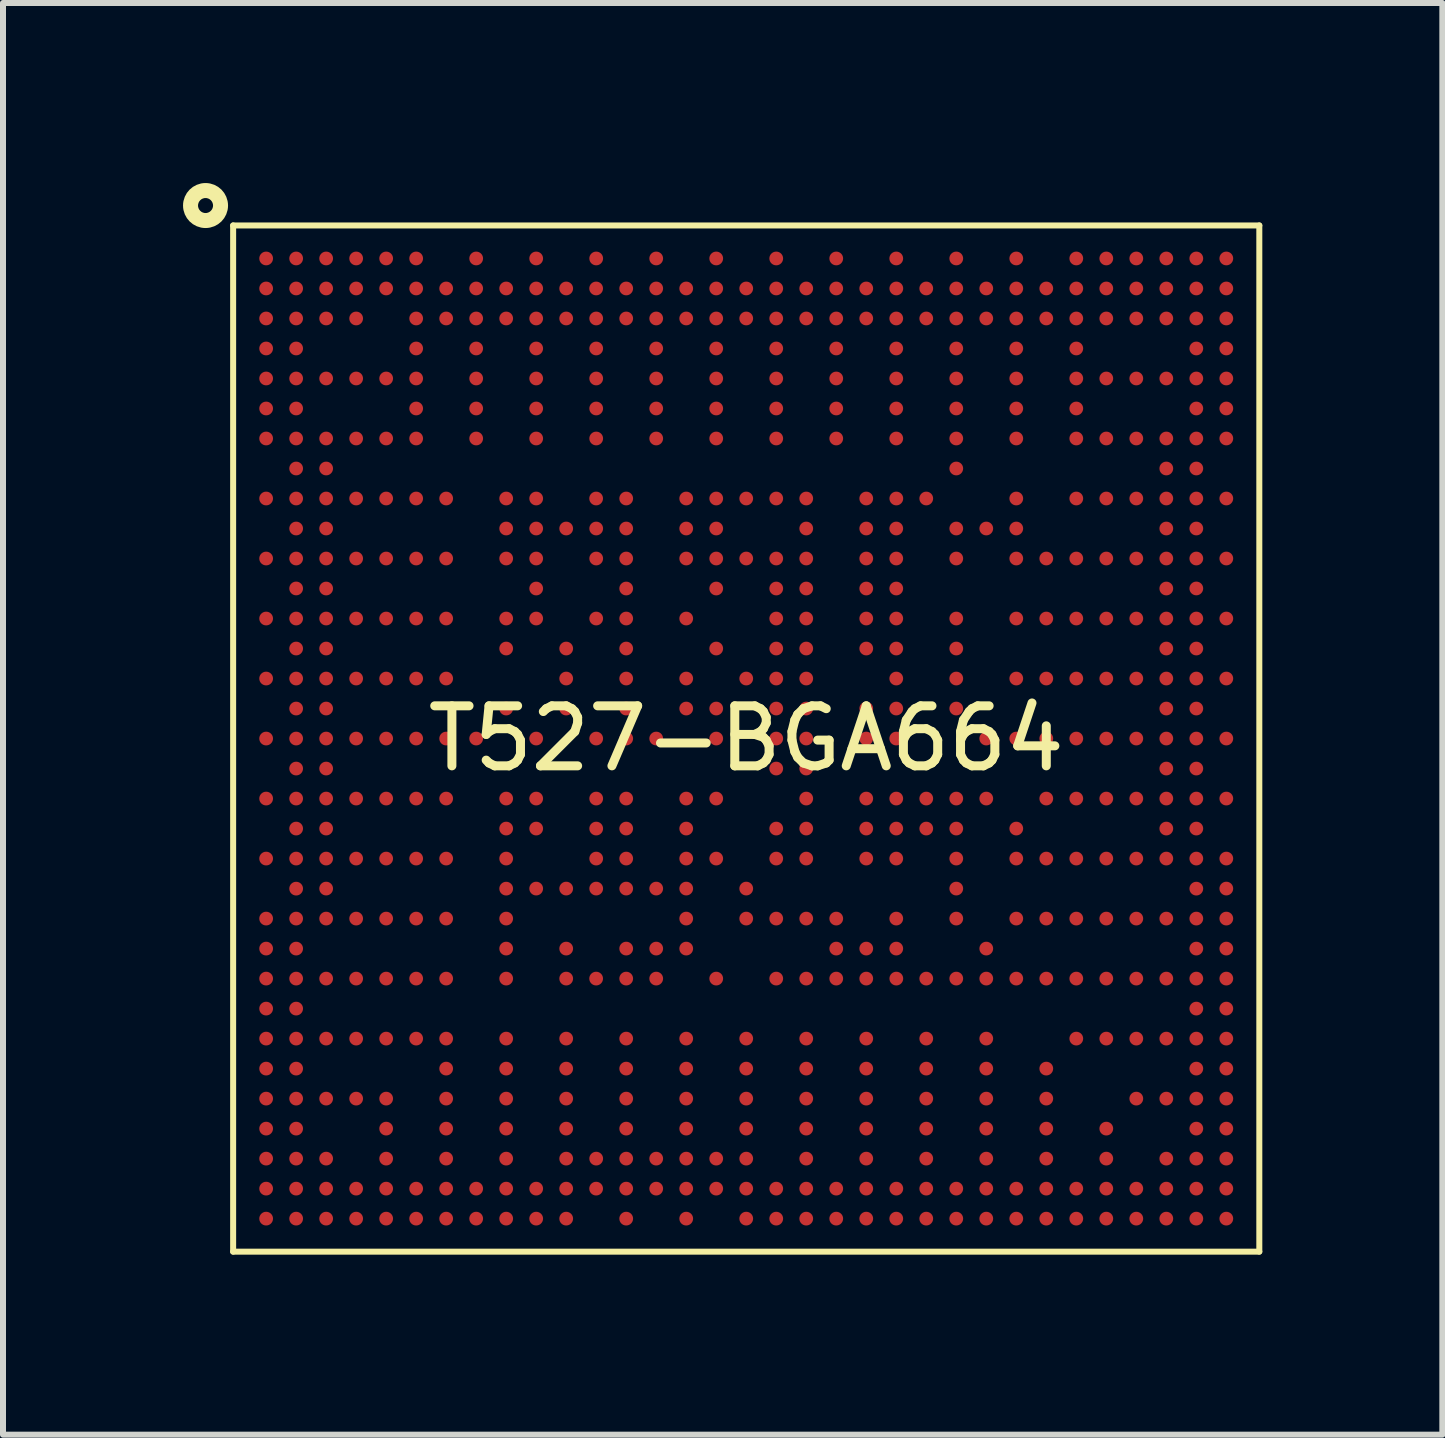
<source format=kicad_pcb>
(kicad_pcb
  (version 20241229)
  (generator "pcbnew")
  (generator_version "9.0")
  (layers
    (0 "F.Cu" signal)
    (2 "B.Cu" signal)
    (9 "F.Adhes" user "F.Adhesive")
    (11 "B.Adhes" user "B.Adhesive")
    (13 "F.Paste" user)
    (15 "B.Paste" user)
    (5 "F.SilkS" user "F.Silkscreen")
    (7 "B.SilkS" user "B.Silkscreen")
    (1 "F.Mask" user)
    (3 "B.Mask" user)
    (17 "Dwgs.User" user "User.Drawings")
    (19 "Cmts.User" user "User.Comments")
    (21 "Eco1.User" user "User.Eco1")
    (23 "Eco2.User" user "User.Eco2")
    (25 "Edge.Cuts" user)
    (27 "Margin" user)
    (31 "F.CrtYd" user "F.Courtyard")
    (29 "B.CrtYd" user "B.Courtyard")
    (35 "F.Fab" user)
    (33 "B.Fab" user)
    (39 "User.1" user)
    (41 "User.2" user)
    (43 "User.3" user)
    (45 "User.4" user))
  (footprint "T527-BGA664"
    (layer "F.Cu")
    (at 9.385 9.257)
    (property "Reference" "T527-BGA664" (at 0 0 0) (layer "F.SilkS") (effects (font (size 1 1) (thickness 0.15))))
    (fp_line (start -8.55 -8.55) (end -8.55 8.55) (stroke (width 0.1) (type default)) (layer "F.SilkS"))
    (fp_line (start -8.55 -8.55) (end 8.55 -8.55) (stroke (width 0.1) (type default)) (layer "F.SilkS"))
    (fp_line (start -8.55 8.55) (end 8.55 8.55) (stroke (width 0.1) (type default)) (layer "F.SilkS"))
    (fp_line (start 8.55 -8.55) (end 8.55 8.55) (stroke (width 0.1) (type default)) (layer "F.SilkS"))
    (fp_circle (center -9.01 -8.882) (end -8.76 -8.882) (stroke (width 0.25) (type default)) (fill no) (layer "F.SilkS"))
    (pad "A1" smd circle (at -8 -8 315) (size 0.229 0.229) (layers "F.Cu" "F.Mask" "F.Paste"))
    (pad "A2" smd circle (at -7.5 -8 315) (size 0.229 0.229) (layers "F.Cu" "F.Mask" "F.Paste"))
    (pad "A3" smd circle (at -7 -8 315) (size 0.229 0.229) (layers "F.Cu" "F.Mask" "F.Paste"))
    (pad "A4" smd circle (at -6.5 -8 315) (size 0.229 0.229) (layers "F.Cu" "F.Mask" "F.Paste"))
    (pad "A5" smd circle (at -6 -8 315) (size 0.229 0.229) (layers "F.Cu" "F.Mask" "F.Paste"))
    (pad "A6" smd circle (at -5.5 -8 315) (size 0.229 0.229) (layers "F.Cu" "F.Mask" "F.Paste"))
    (pad "A8" smd circle (at -4.5 -8 315) (size 0.229 0.229) (layers "F.Cu" "F.Mask" "F.Paste"))
    (pad "A10" smd circle (at -3.5 -8 315) (size 0.229 0.229) (layers "F.Cu" "F.Mask" "F.Paste"))
    (pad "A12" smd circle (at -2.5 -8 315) (size 0.229 0.229) (layers "F.Cu" "F.Mask" "F.Paste"))
    (pad "A14" smd circle (at -1.5 -8 315) (size 0.229 0.229) (layers "F.Cu" "F.Mask" "F.Paste"))
    (pad "A16" smd circle (at -0.5 -8 315) (size 0.229 0.229) (layers "F.Cu" "F.Mask" "F.Paste"))
    (pad "A18" smd circle (at 0.5 -8 315) (size 0.229 0.229) (layers "F.Cu" "F.Mask" "F.Paste"))
    (pad "A20" smd circle (at 1.5 -8 315) (size 0.229 0.229) (layers "F.Cu" "F.Mask" "F.Paste"))
    (pad "A22" smd circle (at 2.5 -8 315) (size 0.229 0.229) (layers "F.Cu" "F.Mask" "F.Paste"))
    (pad "A24" smd circle (at 3.5 -8 315) (size 0.229 0.229) (layers "F.Cu" "F.Mask" "F.Paste"))
    (pad "A26" smd circle (at 4.5 -8 315) (size 0.229 0.229) (layers "F.Cu" "F.Mask" "F.Paste"))
    (pad "A28" smd circle (at 5.5 -8 315) (size 0.229 0.229) (layers "F.Cu" "F.Mask" "F.Paste"))
    (pad "A29" smd circle (at 6 -8 315) (size 0.229 0.229) (layers "F.Cu" "F.Mask" "F.Paste"))
    (pad "A30" smd circle (at 6.5 -8 315) (size 0.229 0.229) (layers "F.Cu" "F.Mask" "F.Paste"))
    (pad "A31" smd circle (at 7 -8 315) (size 0.229 0.229) (layers "F.Cu" "F.Mask" "F.Paste"))
    (pad "A32" smd circle (at 7.5 -8 315) (size 0.229 0.229) (layers "F.Cu" "F.Mask" "F.Paste"))
    (pad "A33" smd circle (at 8 -8 315) (size 0.229 0.229) (layers "F.Cu" "F.Mask" "F.Paste"))
    (pad "AA1" smd circle (at -8 2 315) (size 0.229 0.229) (layers "F.Cu" "F.Mask" "F.Paste"))
    (pad "AA2" smd circle (at -7.5 2 315) (size 0.229 0.229) (layers "F.Cu" "F.Mask" "F.Paste"))
    (pad "AA3" smd circle (at -7 2 315) (size 0.229 0.229) (layers "F.Cu" "F.Mask" "F.Paste"))
    (pad "AA4" smd circle (at -6.5 2 315) (size 0.229 0.229) (layers "F.Cu" "F.Mask" "F.Paste"))
    (pad "AA5" smd circle (at -6 2 315) (size 0.229 0.229) (layers "F.Cu" "F.Mask" "F.Paste"))
    (pad "AA6" smd circle (at -5.5 2 315) (size 0.229 0.229) (layers "F.Cu" "F.Mask" "F.Paste"))
    (pad "AA7" smd circle (at -5 2 315) (size 0.229 0.229) (layers "F.Cu" "F.Mask" "F.Paste"))
    (pad "AA9" smd circle (at -4 2 315) (size 0.229 0.229) (layers "F.Cu" "F.Mask" "F.Paste"))
    (pad "AA12" smd circle (at -2.5 2 315) (size 0.229 0.229) (layers "F.Cu" "F.Mask" "F.Paste"))
    (pad "AA13" smd circle (at -2 2 315) (size 0.229 0.229) (layers "F.Cu" "F.Mask" "F.Paste"))
    (pad "AA15" smd circle (at -1 2 315) (size 0.229 0.229) (layers "F.Cu" "F.Mask" "F.Paste"))
    (pad "AA16" smd circle (at -0.5 2 315) (size 0.229 0.229) (layers "F.Cu" "F.Mask" "F.Paste"))
    (pad "AA18" smd circle (at 0.5 2 315) (size 0.229 0.229) (layers "F.Cu" "F.Mask" "F.Paste"))
    (pad "AA19" smd circle (at 1 2 315) (size 0.229 0.229) (layers "F.Cu" "F.Mask" "F.Paste"))
    (pad "AA21" smd circle (at 2 2 315) (size 0.229 0.229) (layers "F.Cu" "F.Mask" "F.Paste"))
    (pad "AA22" smd circle (at 2.5 2 315) (size 0.229 0.229) (layers "F.Cu" "F.Mask" "F.Paste"))
    (pad "AA24" smd circle (at 3.5 2 315) (size 0.229 0.229) (layers "F.Cu" "F.Mask" "F.Paste"))
    (pad "AA26" smd circle (at 4.5 2 315) (size 0.229 0.229) (layers "F.Cu" "F.Mask" "F.Paste"))
    (pad "AA27" smd circle (at 5 2 315) (size 0.229 0.229) (layers "F.Cu" "F.Mask" "F.Paste"))
    (pad "AA28" smd circle (at 5.5 2 315) (size 0.229 0.229) (layers "F.Cu" "F.Mask" "F.Paste"))
    (pad "AA29" smd circle (at 6 2 315) (size 0.229 0.229) (layers "F.Cu" "F.Mask" "F.Paste"))
    (pad "AA30" smd circle (at 6.5 2 315) (size 0.229 0.229) (layers "F.Cu" "F.Mask" "F.Paste"))
    (pad "AA31" smd circle (at 7 2 315) (size 0.229 0.229) (layers "F.Cu" "F.Mask" "F.Paste"))
    (pad "AA32" smd circle (at 7.5 2 315) (size 0.229 0.229) (layers "F.Cu" "F.Mask" "F.Paste"))
    (pad "AA33" smd circle (at 8 2 315) (size 0.229 0.229) (layers "F.Cu" "F.Mask" "F.Paste"))
    (pad "AB2" smd circle (at -7.5 2.501 315) (size 0.229 0.229) (layers "F.Cu" "F.Mask" "F.Paste"))
    (pad "AB3" smd circle (at -7 2.5 315) (size 0.229 0.229) (layers "F.Cu" "F.Mask" "F.Paste"))
    (pad "AB9" smd circle (at -4 2.501 315) (size 0.229 0.229) (layers "F.Cu" "F.Mask" "F.Paste"))
    (pad "AB10" smd circle (at -3.5 2.5 315) (size 0.229 0.229) (layers "F.Cu" "F.Mask" "F.Paste"))
    (pad "AB11" smd circle (at -3 2.5 315) (size 0.229 0.229) (layers "F.Cu" "F.Mask" "F.Paste"))
    (pad "AB12" smd circle (at -2.5 2.5 315) (size 0.229 0.229) (layers "F.Cu" "F.Mask" "F.Paste"))
    (pad "AB13" smd circle (at -2 2.5 315) (size 0.229 0.229) (layers "F.Cu" "F.Mask" "F.Paste"))
    (pad "AB14" smd circle (at -1.5 2.5 315) (size 0.229 0.229) (layers "F.Cu" "F.Mask" "F.Paste"))
    (pad "AB15" smd circle (at -1 2.5 315) (size 0.229 0.229) (layers "F.Cu" "F.Mask" "F.Paste"))
    (pad "AB17" smd circle (at 0 2.5 315) (size 0.229 0.229) (layers "F.Cu" "F.Mask" "F.Paste"))
    (pad "AB24" smd circle (at 3.5 2.5 315) (size 0.229 0.229) (layers "F.Cu" "F.Mask" "F.Paste"))
    (pad "AB32" smd circle (at 7.5 2.501 315) (size 0.229 0.229) (layers "F.Cu" "F.Mask" "F.Paste"))
    (pad "AB33" smd circle (at 8 2.5 315) (size 0.229 0.229) (layers "F.Cu" "F.Mask" "F.Paste"))
    (pad "AC1" smd circle (at -8 3 315) (size 0.229 0.229) (layers "F.Cu" "F.Mask" "F.Paste"))
    (pad "AC2" smd circle (at -7.5 3 315) (size 0.229 0.229) (layers "F.Cu" "F.Mask" "F.Paste"))
    (pad "AC3" smd circle (at -7 3 315) (size 0.229 0.229) (layers "F.Cu" "F.Mask" "F.Paste"))
    (pad "AC4" smd circle (at -6.5 3 315) (size 0.229 0.229) (layers "F.Cu" "F.Mask" "F.Paste"))
    (pad "AC5" smd circle (at -6 3 315) (size 0.229 0.229) (layers "F.Cu" "F.Mask" "F.Paste"))
    (pad "AC6" smd circle (at -5.5 3 315) (size 0.229 0.229) (layers "F.Cu" "F.Mask" "F.Paste"))
    (pad "AC7" smd circle (at -5 3 315) (size 0.229 0.229) (layers "F.Cu" "F.Mask" "F.Paste"))
    (pad "AC9" smd circle (at -4 3 315) (size 0.229 0.229) (layers "F.Cu" "F.Mask" "F.Paste"))
    (pad "AC15" smd circle (at -1 3 315) (size 0.229 0.229) (layers "F.Cu" "F.Mask" "F.Paste"))
    (pad "AC17" smd circle (at 0 3 315) (size 0.229 0.229) (layers "F.Cu" "F.Mask" "F.Paste"))
    (pad "AC18" smd circle (at 0.5 3 315) (size 0.229 0.229) (layers "F.Cu" "F.Mask" "F.Paste"))
    (pad "AC19" smd circle (at 1 3 315) (size 0.229 0.229) (layers "F.Cu" "F.Mask" "F.Paste"))
    (pad "AC20" smd circle (at 1.5 3 315) (size 0.229 0.229) (layers "F.Cu" "F.Mask" "F.Paste"))
    (pad "AC22" smd circle (at 2.5 3 315) (size 0.229 0.229) (layers "F.Cu" "F.Mask" "F.Paste"))
    (pad "AC24" smd circle (at 3.5 3 315) (size 0.229 0.229) (layers "F.Cu" "F.Mask" "F.Paste"))
    (pad "AC26" smd circle (at 4.5 3 315) (size 0.229 0.229) (layers "F.Cu" "F.Mask" "F.Paste"))
    (pad "AC27" smd circle (at 5 3 315) (size 0.229 0.229) (layers "F.Cu" "F.Mask" "F.Paste"))
    (pad "AC28" smd circle (at 5.5 3 315) (size 0.229 0.229) (layers "F.Cu" "F.Mask" "F.Paste"))
    (pad "AC29" smd circle (at 6 3 315) (size 0.229 0.229) (layers "F.Cu" "F.Mask" "F.Paste"))
    (pad "AC30" smd circle (at 6.5 3 315) (size 0.229 0.229) (layers "F.Cu" "F.Mask" "F.Paste"))
    (pad "AC31" smd circle (at 7 3 315) (size 0.229 0.229) (layers "F.Cu" "F.Mask" "F.Paste"))
    (pad "AC32" smd circle (at 7.5 3 315) (size 0.229 0.229) (layers "F.Cu" "F.Mask" "F.Paste"))
    (pad "AC33" smd circle (at 8 3 315) (size 0.229 0.229) (layers "F.Cu" "F.Mask" "F.Paste"))
    (pad "AD1" smd circle (at -8 3.5 315) (size 0.229 0.229) (layers "F.Cu" "F.Mask" "F.Paste"))
    (pad "AD2" smd circle (at -7.5 3.5 315) (size 0.229 0.229) (layers "F.Cu" "F.Mask" "F.Paste"))
    (pad "AD9" smd circle (at -4 3.5 315) (size 0.229 0.229) (layers "F.Cu" "F.Mask" "F.Paste"))
    (pad "AD11" smd circle (at -3 3.5 315) (size 0.229 0.229) (layers "F.Cu" "F.Mask" "F.Paste"))
    (pad "AD13" smd circle (at -2 3.5 315) (size 0.229 0.229) (layers "F.Cu" "F.Mask" "F.Paste"))
    (pad "AD14" smd circle (at -1.5 3.5 315) (size 0.229 0.229) (layers "F.Cu" "F.Mask" "F.Paste"))
    (pad "AD15" smd circle (at -1 3.5 315) (size 0.229 0.229) (layers "F.Cu" "F.Mask" "F.Paste"))
    (pad "AD20" smd circle (at 1.5 3.5 315) (size 0.229 0.229) (layers "F.Cu" "F.Mask" "F.Paste"))
    (pad "AD21" smd circle (at 2 3.5 315) (size 0.229 0.229) (layers "F.Cu" "F.Mask" "F.Paste"))
    (pad "AD22" smd circle (at 2.5 3.5 315) (size 0.229 0.229) (layers "F.Cu" "F.Mask" "F.Paste"))
    (pad "AD25" smd circle (at 4 3.5 315) (size 0.229 0.229) (layers "F.Cu" "F.Mask" "F.Paste"))
    (pad "AD32" smd circle (at 7.5 3.5 315) (size 0.229 0.229) (layers "F.Cu" "F.Mask" "F.Paste"))
    (pad "AD33" smd circle (at 8 3.5 315) (size 0.229 0.229) (layers "F.Cu" "F.Mask" "F.Paste"))
    (pad "AE1" smd circle (at -8 4 315) (size 0.229 0.229) (layers "F.Cu" "F.Mask" "F.Paste"))
    (pad "AE2" smd circle (at -7.5 4 315) (size 0.229 0.229) (layers "F.Cu" "F.Mask" "F.Paste"))
    (pad "AE3" smd circle (at -7 4 315) (size 0.229 0.229) (layers "F.Cu" "F.Mask" "F.Paste"))
    (pad "AE4" smd circle (at -6.5 4 315) (size 0.229 0.229) (layers "F.Cu" "F.Mask" "F.Paste"))
    (pad "AE5" smd circle (at -6 4 315) (size 0.229 0.229) (layers "F.Cu" "F.Mask" "F.Paste"))
    (pad "AE6" smd circle (at -5.5 4 315) (size 0.229 0.229) (layers "F.Cu" "F.Mask" "F.Paste"))
    (pad "AE7" smd circle (at -5 4 315) (size 0.229 0.229) (layers "F.Cu" "F.Mask" "F.Paste"))
    (pad "AE9" smd circle (at -4 4 315) (size 0.229 0.229) (layers "F.Cu" "F.Mask" "F.Paste"))
    (pad "AE11" smd circle (at -3 4 315) (size 0.229 0.229) (layers "F.Cu" "F.Mask" "F.Paste"))
    (pad "AE12" smd circle (at -2.501 4 315) (size 0.229 0.229) (layers "F.Cu" "F.Mask" "F.Paste"))
    (pad "AE13" smd circle (at -2 4 315) (size 0.229 0.229) (layers "F.Cu" "F.Mask" "F.Paste"))
    (pad "AE14" smd circle (at -1.5 4 315) (size 0.229 0.229) (layers "F.Cu" "F.Mask" "F.Paste"))
    (pad "AE16" smd circle (at -0.5 4 315) (size 0.229 0.229) (layers "F.Cu" "F.Mask" "F.Paste"))
    (pad "AE18" smd circle (at 0.5 4 315) (size 0.229 0.229) (layers "F.Cu" "F.Mask" "F.Paste"))
    (pad "AE19" smd circle (at 1 4 315) (size 0.229 0.229) (layers "F.Cu" "F.Mask" "F.Paste"))
    (pad "AE20" smd circle (at 1.5 4 315) (size 0.229 0.229) (layers "F.Cu" "F.Mask" "F.Paste"))
    (pad "AE21" smd circle (at 2 4 315) (size 0.229 0.229) (layers "F.Cu" "F.Mask" "F.Paste"))
    (pad "AE22" smd circle (at 2.501 4 315) (size 0.229 0.229) (layers "F.Cu" "F.Mask" "F.Paste"))
    (pad "AE23" smd circle (at 3 4 315) (size 0.229 0.229) (layers "F.Cu" "F.Mask" "F.Paste"))
    (pad "AE24" smd circle (at 3.5 4 315) (size 0.229 0.229) (layers "F.Cu" "F.Mask" "F.Paste"))
    (pad "AE25" smd circle (at 4 4 315) (size 0.229 0.229) (layers "F.Cu" "F.Mask" "F.Paste"))
    (pad "AE26" smd circle (at 4.5 4 315) (size 0.229 0.229) (layers "F.Cu" "F.Mask" "F.Paste"))
    (pad "AE27" smd circle (at 5 4 315) (size 0.229 0.229) (layers "F.Cu" "F.Mask" "F.Paste"))
    (pad "AE28" smd circle (at 5.5 4 315) (size 0.229 0.229) (layers "F.Cu" "F.Mask" "F.Paste"))
    (pad "AE29" smd circle (at 6 4 315) (size 0.229 0.229) (layers "F.Cu" "F.Mask" "F.Paste"))
    (pad "AE30" smd circle (at 6.5 4 315) (size 0.229 0.229) (layers "F.Cu" "F.Mask" "F.Paste"))
    (pad "AE31" smd circle (at 7 4 315) (size 0.229 0.229) (layers "F.Cu" "F.Mask" "F.Paste"))
    (pad "AE32" smd circle (at 7.5 4 315) (size 0.229 0.229) (layers "F.Cu" "F.Mask" "F.Paste"))
    (pad "AE33" smd circle (at 8 4 315) (size 0.229 0.229) (layers "F.Cu" "F.Mask" "F.Paste"))
    (pad "AF1" smd circle (at -8 4.5 315) (size 0.229 0.229) (layers "F.Cu" "F.Mask" "F.Paste"))
    (pad "AF2" smd circle (at -7.5 4.5 315) (size 0.229 0.229) (layers "F.Cu" "F.Mask" "F.Paste"))
    (pad "AF32" smd circle (at 7.5 4.5 315) (size 0.229 0.229) (layers "F.Cu" "F.Mask" "F.Paste"))
    (pad "AF33" smd circle (at 8 4.5 315) (size 0.229 0.229) (layers "F.Cu" "F.Mask" "F.Paste"))
    (pad "AG1" smd circle (at -8 5 315) (size 0.229 0.229) (layers "F.Cu" "F.Mask" "F.Paste"))
    (pad "AG2" smd circle (at -7.5 5 315) (size 0.229 0.229) (layers "F.Cu" "F.Mask" "F.Paste"))
    (pad "AG3" smd circle (at -7 5 315) (size 0.229 0.229) (layers "F.Cu" "F.Mask" "F.Paste"))
    (pad "AG4" smd circle (at -6.5 5 315) (size 0.229 0.229) (layers "F.Cu" "F.Mask" "F.Paste"))
    (pad "AG5" smd circle (at -6 5 315) (size 0.229 0.229) (layers "F.Cu" "F.Mask" "F.Paste"))
    (pad "AG6" smd circle (at -5.5 5 315) (size 0.229 0.229) (layers "F.Cu" "F.Mask" "F.Paste"))
    (pad "AG7" smd circle (at -5 5 315) (size 0.229 0.229) (layers "F.Cu" "F.Mask" "F.Paste"))
    (pad "AG9" smd circle (at -4 5 315) (size 0.229 0.229) (layers "F.Cu" "F.Mask" "F.Paste"))
    (pad "AG11" smd circle (at -3 5 315) (size 0.229 0.229) (layers "F.Cu" "F.Mask" "F.Paste"))
    (pad "AG13" smd circle (at -2 5 315) (size 0.229 0.229) (layers "F.Cu" "F.Mask" "F.Paste"))
    (pad "AG15" smd circle (at -1 5 315) (size 0.229 0.229) (layers "F.Cu" "F.Mask" "F.Paste"))
    (pad "AG17" smd circle (at 0 5 315) (size 0.229 0.229) (layers "F.Cu" "F.Mask" "F.Paste"))
    (pad "AG19" smd circle (at 1 5 315) (size 0.229 0.229) (layers "F.Cu" "F.Mask" "F.Paste"))
    (pad "AG21" smd circle (at 2 5 315) (size 0.229 0.229) (layers "F.Cu" "F.Mask" "F.Paste"))
    (pad "AG23" smd circle (at 3 5 315) (size 0.229 0.229) (layers "F.Cu" "F.Mask" "F.Paste"))
    (pad "AG25" smd circle (at 4 5 315) (size 0.229 0.229) (layers "F.Cu" "F.Mask" "F.Paste"))
    (pad "AG28" smd circle (at 5.5 5 315) (size 0.229 0.229) (layers "F.Cu" "F.Mask" "F.Paste"))
    (pad "AG29" smd circle (at 6 5 315) (size 0.229 0.229) (layers "F.Cu" "F.Mask" "F.Paste"))
    (pad "AG30" smd circle (at 6.5 5 315) (size 0.229 0.229) (layers "F.Cu" "F.Mask" "F.Paste"))
    (pad "AG31" smd circle (at 7 5 315) (size 0.229 0.229) (layers "F.Cu" "F.Mask" "F.Paste"))
    (pad "AG32" smd circle (at 7.5 5 315) (size 0.229 0.229) (layers "F.Cu" "F.Mask" "F.Paste"))
    (pad "AG33" smd circle (at 8 5 315) (size 0.229 0.229) (layers "F.Cu" "F.Mask" "F.Paste"))
    (pad "AH1" smd circle (at -8 5.5 315) (size 0.229 0.229) (layers "F.Cu" "F.Mask" "F.Paste"))
    (pad "AH2" smd circle (at -7.5 5.5 315) (size 0.229 0.229) (layers "F.Cu" "F.Mask" "F.Paste"))
    (pad "AH7" smd circle (at -5 5.5 315) (size 0.229 0.229) (layers "F.Cu" "F.Mask" "F.Paste"))
    (pad "AH9" smd circle (at -4 5.5 315) (size 0.229 0.229) (layers "F.Cu" "F.Mask" "F.Paste"))
    (pad "AH11" smd circle (at -3 5.5 315) (size 0.229 0.229) (layers "F.Cu" "F.Mask" "F.Paste"))
    (pad "AH13" smd circle (at -2 5.5 315) (size 0.229 0.229) (layers "F.Cu" "F.Mask" "F.Paste"))
    (pad "AH15" smd circle (at -1 5.5 315) (size 0.229 0.229) (layers "F.Cu" "F.Mask" "F.Paste"))
    (pad "AH17" smd circle (at 0 5.5 315) (size 0.229 0.229) (layers "F.Cu" "F.Mask" "F.Paste"))
    (pad "AH19" smd circle (at 1 5.5 315) (size 0.229 0.229) (layers "F.Cu" "F.Mask" "F.Paste"))
    (pad "AH21" smd circle (at 2 5.5 315) (size 0.229 0.229) (layers "F.Cu" "F.Mask" "F.Paste"))
    (pad "AH23" smd circle (at 3 5.5 315) (size 0.229 0.229) (layers "F.Cu" "F.Mask" "F.Paste"))
    (pad "AH25" smd circle (at 4 5.5 315) (size 0.229 0.229) (layers "F.Cu" "F.Mask" "F.Paste"))
    (pad "AH27" smd circle (at 5 5.5 315) (size 0.229 0.229) (layers "F.Cu" "F.Mask" "F.Paste"))
    (pad "AH32" smd circle (at 7.5 5.5 315) (size 0.229 0.229) (layers "F.Cu" "F.Mask" "F.Paste"))
    (pad "AH33" smd circle (at 8 5.5 315) (size 0.229 0.229) (layers "F.Cu" "F.Mask" "F.Paste"))
    (pad "AJ1" smd circle (at -8 6 315) (size 0.229 0.229) (layers "F.Cu" "F.Mask" "F.Paste"))
    (pad "AJ2" smd circle (at -7.5 6 315) (size 0.229 0.229) (layers "F.Cu" "F.Mask" "F.Paste"))
    (pad "AJ3" smd circle (at -7 6 315) (size 0.229 0.229) (layers "F.Cu" "F.Mask" "F.Paste"))
    (pad "AJ4" smd circle (at -6.5 6 315) (size 0.229 0.229) (layers "F.Cu" "F.Mask" "F.Paste"))
    (pad "AJ5" smd circle (at -6 6 315) (size 0.229 0.229) (layers "F.Cu" "F.Mask" "F.Paste"))
    (pad "AJ7" smd circle (at -5 6 315) (size 0.229 0.229) (layers "F.Cu" "F.Mask" "F.Paste"))
    (pad "AJ9" smd circle (at -4 6 315) (size 0.229 0.229) (layers "F.Cu" "F.Mask" "F.Paste"))
    (pad "AJ11" smd circle (at -3 6 315) (size 0.229 0.229) (layers "F.Cu" "F.Mask" "F.Paste"))
    (pad "AJ13" smd circle (at -2 6 315) (size 0.229 0.229) (layers "F.Cu" "F.Mask" "F.Paste"))
    (pad "AJ15" smd circle (at -1 6 315) (size 0.229 0.229) (layers "F.Cu" "F.Mask" "F.Paste"))
    (pad "AJ17" smd circle (at 0 6 315) (size 0.229 0.229) (layers "F.Cu" "F.Mask" "F.Paste"))
    (pad "AJ19" smd circle (at 1 6 315) (size 0.229 0.229) (layers "F.Cu" "F.Mask" "F.Paste"))
    (pad "AJ21" smd circle (at 2 6 315) (size 0.229 0.229) (layers "F.Cu" "F.Mask" "F.Paste"))
    (pad "AJ23" smd circle (at 3 6 315) (size 0.229 0.229) (layers "F.Cu" "F.Mask" "F.Paste"))
    (pad "AJ25" smd circle (at 4 6 315) (size 0.229 0.229) (layers "F.Cu" "F.Mask" "F.Paste"))
    (pad "AJ27" smd circle (at 5 6 315) (size 0.229 0.229) (layers "F.Cu" "F.Mask" "F.Paste"))
    (pad "AJ30" smd circle (at 6.5 6 315) (size 0.229 0.229) (layers "F.Cu" "F.Mask" "F.Paste"))
    (pad "AJ31" smd circle (at 7 6 315) (size 0.229 0.229) (layers "F.Cu" "F.Mask" "F.Paste"))
    (pad "AJ32" smd circle (at 7.5 6 315) (size 0.229 0.229) (layers "F.Cu" "F.Mask" "F.Paste"))
    (pad "AJ33" smd circle (at 8 6 315) (size 0.229 0.229) (layers "F.Cu" "F.Mask" "F.Paste"))
    (pad "AK1" smd circle (at -8 6.5 315) (size 0.229 0.229) (layers "F.Cu" "F.Mask" "F.Paste"))
    (pad "AK2" smd circle (at -7.5 6.5 315) (size 0.229 0.229) (layers "F.Cu" "F.Mask" "F.Paste"))
    (pad "AK5" smd circle (at -6 6.5 315) (size 0.229 0.229) (layers "F.Cu" "F.Mask" "F.Paste"))
    (pad "AK7" smd circle (at -5 6.5 315) (size 0.229 0.229) (layers "F.Cu" "F.Mask" "F.Paste"))
    (pad "AK9" smd circle (at -4 6.5 315) (size 0.229 0.229) (layers "F.Cu" "F.Mask" "F.Paste"))
    (pad "AK11" smd circle (at -3 6.5 315) (size 0.229 0.229) (layers "F.Cu" "F.Mask" "F.Paste"))
    (pad "AK13" smd circle (at -2 6.5 315) (size 0.229 0.229) (layers "F.Cu" "F.Mask" "F.Paste"))
    (pad "AK15" smd circle (at -1 6.5 315) (size 0.229 0.229) (layers "F.Cu" "F.Mask" "F.Paste"))
    (pad "AK17" smd circle (at 0 6.5 315) (size 0.229 0.229) (layers "F.Cu" "F.Mask" "F.Paste"))
    (pad "AK19" smd circle (at 1 6.5 315) (size 0.229 0.229) (layers "F.Cu" "F.Mask" "F.Paste"))
    (pad "AK21" smd circle (at 2 6.5 315) (size 0.229 0.229) (layers "F.Cu" "F.Mask" "F.Paste"))
    (pad "AK23" smd circle (at 3 6.5 315) (size 0.229 0.229) (layers "F.Cu" "F.Mask" "F.Paste"))
    (pad "AK25" smd circle (at 4 6.5 315) (size 0.229 0.229) (layers "F.Cu" "F.Mask" "F.Paste"))
    (pad "AK27" smd circle (at 5 6.5 315) (size 0.229 0.229) (layers "F.Cu" "F.Mask" "F.Paste"))
    (pad "AK29" smd circle (at 6 6.5 315) (size 0.229 0.229) (layers "F.Cu" "F.Mask" "F.Paste"))
    (pad "AK32" smd circle (at 7.5 6.5 315) (size 0.229 0.229) (layers "F.Cu" "F.Mask" "F.Paste"))
    (pad "AK33" smd circle (at 8 6.5 315) (size 0.229 0.229) (layers "F.Cu" "F.Mask" "F.Paste"))
    (pad "AL1" smd circle (at -8 7 315) (size 0.229 0.229) (layers "F.Cu" "F.Mask" "F.Paste"))
    (pad "AL2" smd circle (at -7.5 7 315) (size 0.229 0.229) (layers "F.Cu" "F.Mask" "F.Paste"))
    (pad "AL3" smd circle (at -7 7 315) (size 0.229 0.229) (layers "F.Cu" "F.Mask" "F.Paste"))
    (pad "AL5" smd circle (at -6 7 315) (size 0.229 0.229) (layers "F.Cu" "F.Mask" "F.Paste"))
    (pad "AL7" smd circle (at -5 7 315) (size 0.229 0.229) (layers "F.Cu" "F.Mask" "F.Paste"))
    (pad "AL9" smd circle (at -4 7 315) (size 0.229 0.229) (layers "F.Cu" "F.Mask" "F.Paste"))
    (pad "AL11" smd circle (at -3 7 315) (size 0.229 0.229) (layers "F.Cu" "F.Mask" "F.Paste"))
    (pad "AL12" smd circle (at -2.5 7 315) (size 0.229 0.229) (layers "F.Cu" "F.Mask" "F.Paste"))
    (pad "AL13" smd circle (at -2 7 315) (size 0.229 0.229) (layers "F.Cu" "F.Mask" "F.Paste"))
    (pad "AL14" smd circle (at -1.5 7 315) (size 0.229 0.229) (layers "F.Cu" "F.Mask" "F.Paste"))
    (pad "AL15" smd circle (at -1 7 315) (size 0.229 0.229) (layers "F.Cu" "F.Mask" "F.Paste"))
    (pad "AL16" smd circle (at -0.5 7 315) (size 0.229 0.229) (layers "F.Cu" "F.Mask" "F.Paste"))
    (pad "AL17" smd circle (at 0 7 315) (size 0.229 0.229) (layers "F.Cu" "F.Mask" "F.Paste"))
    (pad "AL19" smd circle (at 1 7 315) (size 0.229 0.229) (layers "F.Cu" "F.Mask" "F.Paste"))
    (pad "AL21" smd circle (at 2 7 315) (size 0.229 0.229) (layers "F.Cu" "F.Mask" "F.Paste"))
    (pad "AL23" smd circle (at 3 7 315) (size 0.229 0.229) (layers "F.Cu" "F.Mask" "F.Paste"))
    (pad "AL25" smd circle (at 4 7 315) (size 0.229 0.229) (layers "F.Cu" "F.Mask" "F.Paste"))
    (pad "AL27" smd circle (at 5 7 315) (size 0.229 0.229) (layers "F.Cu" "F.Mask" "F.Paste"))
    (pad "AL29" smd circle (at 6 7 315) (size 0.229 0.229) (layers "F.Cu" "F.Mask" "F.Paste"))
    (pad "AL31" smd circle (at 7 7 315) (size 0.229 0.229) (layers "F.Cu" "F.Mask" "F.Paste"))
    (pad "AL32" smd circle (at 7.5 7 315) (size 0.229 0.229) (layers "F.Cu" "F.Mask" "F.Paste"))
    (pad "AL33" smd circle (at 8 7 315) (size 0.229 0.229) (layers "F.Cu" "F.Mask" "F.Paste"))
    (pad "AM1" smd circle (at -8 7.5 315) (size 0.229 0.229) (layers "F.Cu" "F.Mask" "F.Paste"))
    (pad "AM2" smd circle (at -7.5 7.5 315) (size 0.229 0.229) (layers "F.Cu" "F.Mask" "F.Paste"))
    (pad "AM3" smd circle (at -7 7.5 315) (size 0.229 0.229) (layers "F.Cu" "F.Mask" "F.Paste"))
    (pad "AM4" smd circle (at -6.5 7.5 315) (size 0.229 0.229) (layers "F.Cu" "F.Mask" "F.Paste"))
    (pad "AM5" smd circle (at -6 7.5 315) (size 0.229 0.229) (layers "F.Cu" "F.Mask" "F.Paste"))
    (pad "AM6" smd circle (at -5.5 7.5 315) (size 0.229 0.229) (layers "F.Cu" "F.Mask" "F.Paste"))
    (pad "AM7" smd circle (at -5 7.5 315) (size 0.229 0.229) (layers "F.Cu" "F.Mask" "F.Paste"))
    (pad "AM8" smd circle (at -4.5 7.5 315) (size 0.229 0.229) (layers "F.Cu" "F.Mask" "F.Paste"))
    (pad "AM9" smd circle (at -4 7.5 315) (size 0.229 0.229) (layers "F.Cu" "F.Mask" "F.Paste"))
    (pad "AM10" smd circle (at -3.5 7.5 315) (size 0.229 0.229) (layers "F.Cu" "F.Mask" "F.Paste"))
    (pad "AM11" smd circle (at -3 7.5 315) (size 0.229 0.229) (layers "F.Cu" "F.Mask" "F.Paste"))
    (pad "AM12" smd circle (at -2.501 7.5 315) (size 0.229 0.229) (layers "F.Cu" "F.Mask" "F.Paste"))
    (pad "AM13" smd circle (at -2 7.5 315) (size 0.229 0.229) (layers "F.Cu" "F.Mask" "F.Paste"))
    (pad "AM14" smd circle (at -1.5 7.5 315) (size 0.229 0.229) (layers "F.Cu" "F.Mask" "F.Paste"))
    (pad "AM15" smd circle (at -1 7.5 315) (size 0.229 0.229) (layers "F.Cu" "F.Mask" "F.Paste"))
    (pad "AM16" smd circle (at -0.5 7.5 315) (size 0.229 0.229) (layers "F.Cu" "F.Mask" "F.Paste"))
    (pad "AM17" smd circle (at 0 7.5 315) (size 0.229 0.229) (layers "F.Cu" "F.Mask" "F.Paste"))
    (pad "AM18" smd circle (at 0.5 7.5 315) (size 0.229 0.229) (layers "F.Cu" "F.Mask" "F.Paste"))
    (pad "AM19" smd circle (at 1 7.5 315) (size 0.229 0.229) (layers "F.Cu" "F.Mask" "F.Paste"))
    (pad "AM20" smd circle (at 1.5 7.5 315) (size 0.229 0.229) (layers "F.Cu" "F.Mask" "F.Paste"))
    (pad "AM21" smd circle (at 2 7.5 315) (size 0.229 0.229) (layers "F.Cu" "F.Mask" "F.Paste"))
    (pad "AM22" smd circle (at 2.501 7.5 315) (size 0.229 0.229) (layers "F.Cu" "F.Mask" "F.Paste"))
    (pad "AM23" smd circle (at 3 7.5 315) (size 0.229 0.229) (layers "F.Cu" "F.Mask" "F.Paste"))
    (pad "AM24" smd circle (at 3.5 7.5 315) (size 0.229 0.229) (layers "F.Cu" "F.Mask" "F.Paste"))
    (pad "AM25" smd circle (at 4 7.5 315) (size 0.229 0.229) (layers "F.Cu" "F.Mask" "F.Paste"))
    (pad "AM26" smd circle (at 4.5 7.5 315) (size 0.229 0.229) (layers "F.Cu" "F.Mask" "F.Paste"))
    (pad "AM27" smd circle (at 5 7.5 315) (size 0.229 0.229) (layers "F.Cu" "F.Mask" "F.Paste"))
    (pad "AM28" smd circle (at 5.5 7.5 315) (size 0.229 0.229) (layers "F.Cu" "F.Mask" "F.Paste"))
    (pad "AM29" smd circle (at 6 7.5 315) (size 0.229 0.229) (layers "F.Cu" "F.Mask" "F.Paste"))
    (pad "AM30" smd circle (at 6.5 7.5 315) (size 0.229 0.229) (layers "F.Cu" "F.Mask" "F.Paste"))
    (pad "AM31" smd circle (at 7 7.5 315) (size 0.229 0.229) (layers "F.Cu" "F.Mask" "F.Paste"))
    (pad "AM32" smd circle (at 7.5 7.5 315) (size 0.229 0.229) (layers "F.Cu" "F.Mask" "F.Paste"))
    (pad "AM33" smd circle (at 8 7.5 315) (size 0.229 0.229) (layers "F.Cu" "F.Mask" "F.Paste"))
    (pad "AN1" smd circle (at -8 8 315) (size 0.229 0.229) (layers "F.Cu" "F.Mask" "F.Paste"))
    (pad "AN2" smd circle (at -7.5 8 315) (size 0.229 0.229) (layers "F.Cu" "F.Mask" "F.Paste"))
    (pad "AN3" smd circle (at -7 8 315) (size 0.229 0.229) (layers "F.Cu" "F.Mask" "F.Paste"))
    (pad "AN4" smd circle (at -6.5 8 315) (size 0.229 0.229) (layers "F.Cu" "F.Mask" "F.Paste"))
    (pad "AN5" smd circle (at -6 8 315) (size 0.229 0.229) (layers "F.Cu" "F.Mask" "F.Paste"))
    (pad "AN6" smd circle (at -5.5 8 315) (size 0.229 0.229) (layers "F.Cu" "F.Mask" "F.Paste"))
    (pad "AN7" smd circle (at -5 8 315) (size 0.229 0.229) (layers "F.Cu" "F.Mask" "F.Paste"))
    (pad "AN8" smd circle (at -4.5 8 315) (size 0.229 0.229) (layers "F.Cu" "F.Mask" "F.Paste"))
    (pad "AN9" smd circle (at -4 8 315) (size 0.229 0.229) (layers "F.Cu" "F.Mask" "F.Paste"))
    (pad "AN10" smd circle (at -3.5 8 315) (size 0.229 0.229) (layers "F.Cu" "F.Mask" "F.Paste"))
    (pad "AN11" smd circle (at -3 8 315) (size 0.229 0.229) (layers "F.Cu" "F.Mask" "F.Paste"))
    (pad "AN13" smd circle (at -2 8 315) (size 0.229 0.229) (layers "F.Cu" "F.Mask" "F.Paste"))
    (pad "AN15" smd circle (at -1 8 315) (size 0.229 0.229) (layers "F.Cu" "F.Mask" "F.Paste"))
    (pad "AN17" smd circle (at 0 8 315) (size 0.229 0.229) (layers "F.Cu" "F.Mask" "F.Paste"))
    (pad "AN18" smd circle (at 0.5 8 315) (size 0.229 0.229) (layers "F.Cu" "F.Mask" "F.Paste"))
    (pad "AN19" smd circle (at 1 8 315) (size 0.229 0.229) (layers "F.Cu" "F.Mask" "F.Paste"))
    (pad "AN20" smd circle (at 1.5 8 315) (size 0.229 0.229) (layers "F.Cu" "F.Mask" "F.Paste"))
    (pad "AN21" smd circle (at 2 8 315) (size 0.229 0.229) (layers "F.Cu" "F.Mask" "F.Paste"))
    (pad "AN22" smd circle (at 2.5 8 315) (size 0.229 0.229) (layers "F.Cu" "F.Mask" "F.Paste"))
    (pad "AN23" smd circle (at 3 8 315) (size 0.229 0.229) (layers "F.Cu" "F.Mask" "F.Paste"))
    (pad "AN24" smd circle (at 3.5 8 315) (size 0.229 0.229) (layers "F.Cu" "F.Mask" "F.Paste"))
    (pad "AN25" smd circle (at 4 8 315) (size 0.229 0.229) (layers "F.Cu" "F.Mask" "F.Paste"))
    (pad "AN26" smd circle (at 4.5 8 315) (size 0.229 0.229) (layers "F.Cu" "F.Mask" "F.Paste"))
    (pad "AN27" smd circle (at 5 8 315) (size 0.229 0.229) (layers "F.Cu" "F.Mask" "F.Paste"))
    (pad "AN28" smd circle (at 5.5 8 315) (size 0.229 0.229) (layers "F.Cu" "F.Mask" "F.Paste"))
    (pad "AN29" smd circle (at 6 8 315) (size 0.229 0.229) (layers "F.Cu" "F.Mask" "F.Paste"))
    (pad "AN30" smd circle (at 6.5 8 315) (size 0.229 0.229) (layers "F.Cu" "F.Mask" "F.Paste"))
    (pad "AN31" smd circle (at 7 8 315) (size 0.229 0.229) (layers "F.Cu" "F.Mask" "F.Paste"))
    (pad "AN32" smd circle (at 7.5 8 315) (size 0.229 0.229) (layers "F.Cu" "F.Mask" "F.Paste"))
    (pad "AN33" smd circle (at 8 8 315) (size 0.229 0.229) (layers "F.Cu" "F.Mask" "F.Paste"))
    (pad "B1" smd circle (at -8 -7.5 315) (size 0.229 0.229) (layers "F.Cu" "F.Mask" "F.Paste"))
    (pad "B2" smd circle (at -7.5 -7.5 315) (size 0.229 0.229) (layers "F.Cu" "F.Mask" "F.Paste"))
    (pad "B3" smd circle (at -7 -7.5 315) (size 0.229 0.229) (layers "F.Cu" "F.Mask" "F.Paste"))
    (pad "B4" smd circle (at -6.5 -7.5 315) (size 0.229 0.229) (layers "F.Cu" "F.Mask" "F.Paste"))
    (pad "B5" smd circle (at -6 -7.5 315) (size 0.229 0.229) (layers "F.Cu" "F.Mask" "F.Paste"))
    (pad "B6" smd circle (at -5.5 -7.5 315) (size 0.229 0.229) (layers "F.Cu" "F.Mask" "F.Paste"))
    (pad "B7" smd circle (at -5 -7.5 315) (size 0.229 0.229) (layers "F.Cu" "F.Mask" "F.Paste"))
    (pad "B8" smd circle (at -4.5 -7.5 315) (size 0.229 0.229) (layers "F.Cu" "F.Mask" "F.Paste"))
    (pad "B9" smd circle (at -4 -7.5 315) (size 0.229 0.229) (layers "F.Cu" "F.Mask" "F.Paste"))
    (pad "B10" smd circle (at -3.5 -7.5 315) (size 0.229 0.229) (layers "F.Cu" "F.Mask" "F.Paste"))
    (pad "B11" smd circle (at -3 -7.5 315) (size 0.229 0.229) (layers "F.Cu" "F.Mask" "F.Paste"))
    (pad "B12" smd circle (at -2.501 -7.5 315) (size 0.229 0.229) (layers "F.Cu" "F.Mask" "F.Paste"))
    (pad "B13" smd circle (at -2 -7.5 315) (size 0.229 0.229) (layers "F.Cu" "F.Mask" "F.Paste"))
    (pad "B14" smd circle (at -1.5 -7.5 315) (size 0.229 0.229) (layers "F.Cu" "F.Mask" "F.Paste"))
    (pad "B15" smd circle (at -1 -7.5 315) (size 0.229 0.229) (layers "F.Cu" "F.Mask" "F.Paste"))
    (pad "B16" smd circle (at -0.5 -7.5 315) (size 0.229 0.229) (layers "F.Cu" "F.Mask" "F.Paste"))
    (pad "B17" smd circle (at 0 -7.5 315) (size 0.229 0.229) (layers "F.Cu" "F.Mask" "F.Paste"))
    (pad "B18" smd circle (at 0.5 -7.5 315) (size 0.229 0.229) (layers "F.Cu" "F.Mask" "F.Paste"))
    (pad "B19" smd circle (at 1 -7.5 315) (size 0.229 0.229) (layers "F.Cu" "F.Mask" "F.Paste"))
    (pad "B20" smd circle (at 1.5 -7.5 315) (size 0.229 0.229) (layers "F.Cu" "F.Mask" "F.Paste"))
    (pad "B21" smd circle (at 2 -7.5 315) (size 0.229 0.229) (layers "F.Cu" "F.Mask" "F.Paste"))
    (pad "B22" smd circle (at 2.501 -7.5 315) (size 0.229 0.229) (layers "F.Cu" "F.Mask" "F.Paste"))
    (pad "B23" smd circle (at 3 -7.5 315) (size 0.229 0.229) (layers "F.Cu" "F.Mask" "F.Paste"))
    (pad "B24" smd circle (at 3.5 -7.5 315) (size 0.229 0.229) (layers "F.Cu" "F.Mask" "F.Paste"))
    (pad "B25" smd circle (at 4 -7.5 315) (size 0.229 0.229) (layers "F.Cu" "F.Mask" "F.Paste"))
    (pad "B26" smd circle (at 4.5 -7.5 315) (size 0.229 0.229) (layers "F.Cu" "F.Mask" "F.Paste"))
    (pad "B27" smd circle (at 5 -7.5 315) (size 0.229 0.229) (layers "F.Cu" "F.Mask" "F.Paste"))
    (pad "B28" smd circle (at 5.5 -7.5 315) (size 0.229 0.229) (layers "F.Cu" "F.Mask" "F.Paste"))
    (pad "B29" smd circle (at 6 -7.5 315) (size 0.229 0.229) (layers "F.Cu" "F.Mask" "F.Paste"))
    (pad "B30" smd circle (at 6.5 -7.5 315) (size 0.229 0.229) (layers "F.Cu" "F.Mask" "F.Paste"))
    (pad "B31" smd circle (at 7 -7.5 315) (size 0.229 0.229) (layers "F.Cu" "F.Mask" "F.Paste"))
    (pad "B32" smd circle (at 7.5 -7.5 315) (size 0.229 0.229) (layers "F.Cu" "F.Mask" "F.Paste"))
    (pad "B33" smd circle (at 8 -7.5 315) (size 0.229 0.229) (layers "F.Cu" "F.Mask" "F.Paste"))
    (pad "C1" smd circle (at -8 -7 315) (size 0.229 0.229) (layers "F.Cu" "F.Mask" "F.Paste"))
    (pad "C2" smd circle (at -7.5 -7 315) (size 0.229 0.229) (layers "F.Cu" "F.Mask" "F.Paste"))
    (pad "C3" smd circle (at -7 -7 315) (size 0.229 0.229) (layers "F.Cu" "F.Mask" "F.Paste"))
    (pad "C4" smd circle (at -6.5 -7 315) (size 0.229 0.229) (layers "F.Cu" "F.Mask" "F.Paste"))
    (pad "C6" smd circle (at -5.5 -7 315) (size 0.229 0.229) (layers "F.Cu" "F.Mask" "F.Paste"))
    (pad "C7" smd circle (at -5 -7 315) (size 0.229 0.229) (layers "F.Cu" "F.Mask" "F.Paste"))
    (pad "C8" smd circle (at -4.5 -7 315) (size 0.229 0.229) (layers "F.Cu" "F.Mask" "F.Paste"))
    (pad "C9" smd circle (at -4 -7 315) (size 0.229 0.229) (layers "F.Cu" "F.Mask" "F.Paste"))
    (pad "C10" smd circle (at -3.5 -7 315) (size 0.229 0.229) (layers "F.Cu" "F.Mask" "F.Paste"))
    (pad "C11" smd circle (at -3 -7 315) (size 0.229 0.229) (layers "F.Cu" "F.Mask" "F.Paste"))
    (pad "C12" smd circle (at -2.5 -7 315) (size 0.229 0.229) (layers "F.Cu" "F.Mask" "F.Paste"))
    (pad "C13" smd circle (at -2 -7 315) (size 0.229 0.229) (layers "F.Cu" "F.Mask" "F.Paste"))
    (pad "C14" smd circle (at -1.5 -7 315) (size 0.229 0.229) (layers "F.Cu" "F.Mask" "F.Paste"))
    (pad "C15" smd circle (at -1 -7 315) (size 0.229 0.229) (layers "F.Cu" "F.Mask" "F.Paste"))
    (pad "C16" smd circle (at -0.5 -7 315) (size 0.229 0.229) (layers "F.Cu" "F.Mask" "F.Paste"))
    (pad "C17" smd circle (at 0 -7 315) (size 0.229 0.229) (layers "F.Cu" "F.Mask" "F.Paste"))
    (pad "C18" smd circle (at 0.5 -7 315) (size 0.229 0.229) (layers "F.Cu" "F.Mask" "F.Paste"))
    (pad "C19" smd circle (at 1 -7 315) (size 0.229 0.229) (layers "F.Cu" "F.Mask" "F.Paste"))
    (pad "C20" smd circle (at 1.5 -7 315) (size 0.229 0.229) (layers "F.Cu" "F.Mask" "F.Paste"))
    (pad "C21" smd circle (at 2 -7 315) (size 0.229 0.229) (layers "F.Cu" "F.Mask" "F.Paste"))
    (pad "C22" smd circle (at 2.5 -7 315) (size 0.229 0.229) (layers "F.Cu" "F.Mask" "F.Paste"))
    (pad "C23" smd circle (at 3 -7 315) (size 0.229 0.229) (layers "F.Cu" "F.Mask" "F.Paste"))
    (pad "C24" smd circle (at 3.5 -7 315) (size 0.229 0.229) (layers "F.Cu" "F.Mask" "F.Paste"))
    (pad "C25" smd circle (at 4 -7 315) (size 0.229 0.229) (layers "F.Cu" "F.Mask" "F.Paste"))
    (pad "C26" smd circle (at 4.5 -7 315) (size 0.229 0.229) (layers "F.Cu" "F.Mask" "F.Paste"))
    (pad "C27" smd circle (at 5 -7 315) (size 0.229 0.229) (layers "F.Cu" "F.Mask" "F.Paste"))
    (pad "C28" smd circle (at 5.5 -7 315) (size 0.229 0.229) (layers "F.Cu" "F.Mask" "F.Paste"))
    (pad "C29" smd circle (at 6 -7 315) (size 0.229 0.229) (layers "F.Cu" "F.Mask" "F.Paste"))
    (pad "C30" smd circle (at 6.5 -7 315) (size 0.229 0.229) (layers "F.Cu" "F.Mask" "F.Paste"))
    (pad "C31" smd circle (at 7 -7 315) (size 0.229 0.229) (layers "F.Cu" "F.Mask" "F.Paste"))
    (pad "C32" smd circle (at 7.5 -7 315) (size 0.229 0.229) (layers "F.Cu" "F.Mask" "F.Paste"))
    (pad "C33" smd circle (at 8 -7 315) (size 0.229 0.229) (layers "F.Cu" "F.Mask" "F.Paste"))
    (pad "D1" smd circle (at -8 -6.5 315) (size 0.229 0.229) (layers "F.Cu" "F.Mask" "F.Paste"))
    (pad "D2" smd circle (at -7.5 -6.5 315) (size 0.229 0.229) (layers "F.Cu" "F.Mask" "F.Paste"))
    (pad "D6" smd circle (at -5.5 -6.5 315) (size 0.229 0.229) (layers "F.Cu" "F.Mask" "F.Paste"))
    (pad "D8" smd circle (at -4.5 -6.5 315) (size 0.229 0.229) (layers "F.Cu" "F.Mask" "F.Paste"))
    (pad "D10" smd circle (at -3.5 -6.5 315) (size 0.229 0.229) (layers "F.Cu" "F.Mask" "F.Paste"))
    (pad "D12" smd circle (at -2.5 -6.5 315) (size 0.229 0.229) (layers "F.Cu" "F.Mask" "F.Paste"))
    (pad "D14" smd circle (at -1.5 -6.5 315) (size 0.229 0.229) (layers "F.Cu" "F.Mask" "F.Paste"))
    (pad "D16" smd circle (at -0.5 -6.5 315) (size 0.229 0.229) (layers "F.Cu" "F.Mask" "F.Paste"))
    (pad "D18" smd circle (at 0.5 -6.5 315) (size 0.229 0.229) (layers "F.Cu" "F.Mask" "F.Paste"))
    (pad "D20" smd circle (at 1.5 -6.5 315) (size 0.229 0.229) (layers "F.Cu" "F.Mask" "F.Paste"))
    (pad "D22" smd circle (at 2.5 -6.5 315) (size 0.229 0.229) (layers "F.Cu" "F.Mask" "F.Paste"))
    (pad "D24" smd circle (at 3.5 -6.5 315) (size 0.229 0.229) (layers "F.Cu" "F.Mask" "F.Paste"))
    (pad "D26" smd circle (at 4.5 -6.5 315) (size 0.229 0.229) (layers "F.Cu" "F.Mask" "F.Paste"))
    (pad "D28" smd circle (at 5.5 -6.5 315) (size 0.229 0.229) (layers "F.Cu" "F.Mask" "F.Paste"))
    (pad "D32" smd circle (at 7.5 -6.5 315) (size 0.229 0.229) (layers "F.Cu" "F.Mask" "F.Paste"))
    (pad "D33" smd circle (at 8 -6.5 315) (size 0.229 0.229) (layers "F.Cu" "F.Mask" "F.Paste"))
    (pad "E1" smd circle (at -8 -6 315) (size 0.229 0.229) (layers "F.Cu" "F.Mask" "F.Paste"))
    (pad "E2" smd circle (at -7.5 -6 315) (size 0.229 0.229) (layers "F.Cu" "F.Mask" "F.Paste"))
    (pad "E3" smd circle (at -7 -6 315) (size 0.229 0.229) (layers "F.Cu" "F.Mask" "F.Paste"))
    (pad "E4" smd circle (at -6.5 -6 315) (size 0.229 0.229) (layers "F.Cu" "F.Mask" "F.Paste"))
    (pad "E5" smd circle (at -6 -6 315) (size 0.229 0.229) (layers "F.Cu" "F.Mask" "F.Paste"))
    (pad "E6" smd circle (at -5.5 -6 315) (size 0.229 0.229) (layers "F.Cu" "F.Mask" "F.Paste"))
    (pad "E8" smd circle (at -4.5 -6 315) (size 0.229 0.229) (layers "F.Cu" "F.Mask" "F.Paste"))
    (pad "E10" smd circle (at -3.5 -6 315) (size 0.229 0.229) (layers "F.Cu" "F.Mask" "F.Paste"))
    (pad "E12" smd circle (at -2.5 -6 315) (size 0.229 0.229) (layers "F.Cu" "F.Mask" "F.Paste"))
    (pad "E14" smd circle (at -1.5 -6 315) (size 0.229 0.229) (layers "F.Cu" "F.Mask" "F.Paste"))
    (pad "E16" smd circle (at -0.5 -6 315) (size 0.229 0.229) (layers "F.Cu" "F.Mask" "F.Paste"))
    (pad "E18" smd circle (at 0.5 -6 315) (size 0.229 0.229) (layers "F.Cu" "F.Mask" "F.Paste"))
    (pad "E20" smd circle (at 1.5 -6 315) (size 0.229 0.229) (layers "F.Cu" "F.Mask" "F.Paste"))
    (pad "E22" smd circle (at 2.5 -6 315) (size 0.229 0.229) (layers "F.Cu" "F.Mask" "F.Paste"))
    (pad "E24" smd circle (at 3.5 -6 315) (size 0.229 0.229) (layers "F.Cu" "F.Mask" "F.Paste"))
    (pad "E26" smd circle (at 4.5 -6 315) (size 0.229 0.229) (layers "F.Cu" "F.Mask" "F.Paste"))
    (pad "E28" smd circle (at 5.5 -6 315) (size 0.229 0.229) (layers "F.Cu" "F.Mask" "F.Paste"))
    (pad "E29" smd circle (at 6 -6 315) (size 0.229 0.229) (layers "F.Cu" "F.Mask" "F.Paste"))
    (pad "E30" smd circle (at 6.5 -6 315) (size 0.229 0.229) (layers "F.Cu" "F.Mask" "F.Paste"))
    (pad "E31" smd circle (at 7 -6 315) (size 0.229 0.229) (layers "F.Cu" "F.Mask" "F.Paste"))
    (pad "E32" smd circle (at 7.5 -6 315) (size 0.229 0.229) (layers "F.Cu" "F.Mask" "F.Paste"))
    (pad "E33" smd circle (at 8 -6 315) (size 0.229 0.229) (layers "F.Cu" "F.Mask" "F.Paste"))
    (pad "F1" smd circle (at -8 -5.5 315) (size 0.229 0.229) (layers "F.Cu" "F.Mask" "F.Paste"))
    (pad "F2" smd circle (at -7.5 -5.5 315) (size 0.229 0.229) (layers "F.Cu" "F.Mask" "F.Paste"))
    (pad "F6" smd circle (at -5.5 -5.5 315) (size 0.229 0.229) (layers "F.Cu" "F.Mask" "F.Paste"))
    (pad "F8" smd circle (at -4.5 -5.5 315) (size 0.229 0.229) (layers "F.Cu" "F.Mask" "F.Paste"))
    (pad "F10" smd circle (at -3.5 -5.5 315) (size 0.229 0.229) (layers "F.Cu" "F.Mask" "F.Paste"))
    (pad "F12" smd circle (at -2.5 -5.5 315) (size 0.229 0.229) (layers "F.Cu" "F.Mask" "F.Paste"))
    (pad "F14" smd circle (at -1.5 -5.5 315) (size 0.229 0.229) (layers "F.Cu" "F.Mask" "F.Paste"))
    (pad "F16" smd circle (at -0.5 -5.5 315) (size 0.229 0.229) (layers "F.Cu" "F.Mask" "F.Paste"))
    (pad "F18" smd circle (at 0.5 -5.5 315) (size 0.229 0.229) (layers "F.Cu" "F.Mask" "F.Paste"))
    (pad "F20" smd circle (at 1.5 -5.5 315) (size 0.229 0.229) (layers "F.Cu" "F.Mask" "F.Paste"))
    (pad "F22" smd circle (at 2.5 -5.5 315) (size 0.229 0.229) (layers "F.Cu" "F.Mask" "F.Paste"))
    (pad "F24" smd circle (at 3.5 -5.5 315) (size 0.229 0.229) (layers "F.Cu" "F.Mask" "F.Paste"))
    (pad "F26" smd circle (at 4.5 -5.5 315) (size 0.229 0.229) (layers "F.Cu" "F.Mask" "F.Paste"))
    (pad "F28" smd circle (at 5.5 -5.5 315) (size 0.229 0.229) (layers "F.Cu" "F.Mask" "F.Paste"))
    (pad "F32" smd circle (at 7.5 -5.5 315) (size 0.229 0.229) (layers "F.Cu" "F.Mask" "F.Paste"))
    (pad "F33" smd circle (at 8 -5.5 315) (size 0.229 0.229) (layers "F.Cu" "F.Mask" "F.Paste"))
    (pad "G1" smd circle (at -8 -5 315) (size 0.229 0.229) (layers "F.Cu" "F.Mask" "F.Paste"))
    (pad "G2" smd circle (at -7.5 -5 315) (size 0.229 0.229) (layers "F.Cu" "F.Mask" "F.Paste"))
    (pad "G3" smd circle (at -7 -5 315) (size 0.229 0.229) (layers "F.Cu" "F.Mask" "F.Paste"))
    (pad "G4" smd circle (at -6.5 -5 315) (size 0.229 0.229) (layers "F.Cu" "F.Mask" "F.Paste"))
    (pad "G5" smd circle (at -6 -5 315) (size 0.229 0.229) (layers "F.Cu" "F.Mask" "F.Paste"))
    (pad "G6" smd circle (at -5.5 -5 315) (size 0.229 0.229) (layers "F.Cu" "F.Mask" "F.Paste"))
    (pad "G8" smd circle (at -4.5 -5 315) (size 0.229 0.229) (layers "F.Cu" "F.Mask" "F.Paste"))
    (pad "G10" smd circle (at -3.5 -5 315) (size 0.229 0.229) (layers "F.Cu" "F.Mask" "F.Paste"))
    (pad "G12" smd circle (at -2.5 -5 315) (size 0.229 0.229) (layers "F.Cu" "F.Mask" "F.Paste"))
    (pad "G14" smd circle (at -1.5 -5 315) (size 0.229 0.229) (layers "F.Cu" "F.Mask" "F.Paste"))
    (pad "G16" smd circle (at -0.5 -5 315) (size 0.229 0.229) (layers "F.Cu" "F.Mask" "F.Paste"))
    (pad "G18" smd circle (at 0.5 -5 315) (size 0.229 0.229) (layers "F.Cu" "F.Mask" "F.Paste"))
    (pad "G20" smd circle (at 1.5 -5 315) (size 0.229 0.229) (layers "F.Cu" "F.Mask" "F.Paste"))
    (pad "G22" smd circle (at 2.5 -5 315) (size 0.229 0.229) (layers "F.Cu" "F.Mask" "F.Paste"))
    (pad "G24" smd circle (at 3.5 -5 315) (size 0.229 0.229) (layers "F.Cu" "F.Mask" "F.Paste"))
    (pad "G26" smd circle (at 4.5 -5 315) (size 0.229 0.229) (layers "F.Cu" "F.Mask" "F.Paste"))
    (pad "G28" smd circle (at 5.5 -5 315) (size 0.229 0.229) (layers "F.Cu" "F.Mask" "F.Paste"))
    (pad "G29" smd circle (at 6 -5 315) (size 0.229 0.229) (layers "F.Cu" "F.Mask" "F.Paste"))
    (pad "G30" smd circle (at 6.5 -5 315) (size 0.229 0.229) (layers "F.Cu" "F.Mask" "F.Paste"))
    (pad "G31" smd circle (at 7 -5 315) (size 0.229 0.229) (layers "F.Cu" "F.Mask" "F.Paste"))
    (pad "G32" smd circle (at 7.5 -5 315) (size 0.229 0.229) (layers "F.Cu" "F.Mask" "F.Paste"))
    (pad "G33" smd circle (at 8 -5 315) (size 0.229 0.229) (layers "F.Cu" "F.Mask" "F.Paste"))
    (pad "H2" smd circle (at -7.5 -4.5 315) (size 0.229 0.229) (layers "F.Cu" "F.Mask" "F.Paste"))
    (pad "H3" smd circle (at -7 -4.5 315) (size 0.229 0.229) (layers "F.Cu" "F.Mask" "F.Paste"))
    (pad "H24" smd circle (at 3.5 -4.5 315) (size 0.229 0.229) (layers "F.Cu" "F.Mask" "F.Paste"))
    (pad "H31" smd circle (at 7 -4.5 315) (size 0.229 0.229) (layers "F.Cu" "F.Mask" "F.Paste"))
    (pad "H32" smd circle (at 7.5 -4.5 315) (size 0.229 0.229) (layers "F.Cu" "F.Mask" "F.Paste"))
    (pad "J1" smd circle (at -8 -4 315) (size 0.229 0.229) (layers "F.Cu" "F.Mask" "F.Paste"))
    (pad "J2" smd circle (at -7.5 -4 315) (size 0.229 0.229) (layers "F.Cu" "F.Mask" "F.Paste"))
    (pad "J3" smd circle (at -7 -4 315) (size 0.229 0.229) (layers "F.Cu" "F.Mask" "F.Paste"))
    (pad "J4" smd circle (at -6.5 -4 315) (size 0.229 0.229) (layers "F.Cu" "F.Mask" "F.Paste"))
    (pad "J5" smd circle (at -6 -4 315) (size 0.229 0.229) (layers "F.Cu" "F.Mask" "F.Paste"))
    (pad "J6" smd circle (at -5.5 -4 315) (size 0.229 0.229) (layers "F.Cu" "F.Mask" "F.Paste"))
    (pad "J7" smd circle (at -5 -4 315) (size 0.229 0.229) (layers "F.Cu" "F.Mask" "F.Paste"))
    (pad "J9" smd circle (at -4 -4 315) (size 0.229 0.229) (layers "F.Cu" "F.Mask" "F.Paste"))
    (pad "J10" smd circle (at -3.5 -4 315) (size 0.229 0.229) (layers "F.Cu" "F.Mask" "F.Paste"))
    (pad "J12" smd circle (at -2.501 -4 315) (size 0.229 0.229) (layers "F.Cu" "F.Mask" "F.Paste"))
    (pad "J13" smd circle (at -2 -4 315) (size 0.229 0.229) (layers "F.Cu" "F.Mask" "F.Paste"))
    (pad "J15" smd circle (at -1 -4 315) (size 0.229 0.229) (layers "F.Cu" "F.Mask" "F.Paste"))
    (pad "J16" smd circle (at -0.5 -4 315) (size 0.229 0.229) (layers "F.Cu" "F.Mask" "F.Paste"))
    (pad "J17" smd circle (at 0 -4 315) (size 0.229 0.229) (layers "F.Cu" "F.Mask" "F.Paste"))
    (pad "J18" smd circle (at 0.5 -4 315) (size 0.229 0.229) (layers "F.Cu" "F.Mask" "F.Paste"))
    (pad "J19" smd circle (at 1 -4 315) (size 0.229 0.229) (layers "F.Cu" "F.Mask" "F.Paste"))
    (pad "J21" smd circle (at 2 -4 315) (size 0.229 0.229) (layers "F.Cu" "F.Mask" "F.Paste"))
    (pad "J22" smd circle (at 2.501 -4 315) (size 0.229 0.229) (layers "F.Cu" "F.Mask" "F.Paste"))
    (pad "J23" smd circle (at 3 -4 315) (size 0.229 0.229) (layers "F.Cu" "F.Mask" "F.Paste"))
    (pad "J26" smd circle (at 4.5 -4 315) (size 0.229 0.229) (layers "F.Cu" "F.Mask" "F.Paste"))
    (pad "J28" smd circle (at 5.5 -4 315) (size 0.229 0.229) (layers "F.Cu" "F.Mask" "F.Paste"))
    (pad "J29" smd circle (at 6 -4 315) (size 0.229 0.229) (layers "F.Cu" "F.Mask" "F.Paste"))
    (pad "J30" smd circle (at 6.5 -4 315) (size 0.229 0.229) (layers "F.Cu" "F.Mask" "F.Paste"))
    (pad "J31" smd circle (at 7 -4 315) (size 0.229 0.229) (layers "F.Cu" "F.Mask" "F.Paste"))
    (pad "J32" smd circle (at 7.5 -4 315) (size 0.229 0.229) (layers "F.Cu" "F.Mask" "F.Paste"))
    (pad "J33" smd circle (at 8 -4 315) (size 0.229 0.229) (layers "F.Cu" "F.Mask" "F.Paste"))
    (pad "K2" smd circle (at -7.5 -3.5 315) (size 0.229 0.229) (layers "F.Cu" "F.Mask" "F.Paste"))
    (pad "K3" smd circle (at -7 -3.5 315) (size 0.229 0.229) (layers "F.Cu" "F.Mask" "F.Paste"))
    (pad "K9" smd circle (at -4 -3.5 315) (size 0.229 0.229) (layers "F.Cu" "F.Mask" "F.Paste"))
    (pad "K10" smd circle (at -3.5 -3.5 315) (size 0.229 0.229) (layers "F.Cu" "F.Mask" "F.Paste"))
    (pad "K11" smd circle (at -3 -3.5 315) (size 0.229 0.229) (layers "F.Cu" "F.Mask" "F.Paste"))
    (pad "K12" smd circle (at -2.5 -3.5 315) (size 0.229 0.229) (layers "F.Cu" "F.Mask" "F.Paste"))
    (pad "K13" smd circle (at -2 -3.5 315) (size 0.229 0.229) (layers "F.Cu" "F.Mask" "F.Paste"))
    (pad "K15" smd circle (at -1 -3.5 315) (size 0.229 0.229) (layers "F.Cu" "F.Mask" "F.Paste"))
    (pad "K16" smd circle (at -0.5 -3.5 315) (size 0.229 0.229) (layers "F.Cu" "F.Mask" "F.Paste"))
    (pad "K19" smd circle (at 1 -3.5 315) (size 0.229 0.229) (layers "F.Cu" "F.Mask" "F.Paste"))
    (pad "K21" smd circle (at 2 -3.5 315) (size 0.229 0.229) (layers "F.Cu" "F.Mask" "F.Paste"))
    (pad "K22" smd circle (at 2.5 -3.5 315) (size 0.229 0.229) (layers "F.Cu" "F.Mask" "F.Paste"))
    (pad "K24" smd circle (at 3.5 -3.5 315) (size 0.229 0.229) (layers "F.Cu" "F.Mask" "F.Paste"))
    (pad "K25" smd circle (at 4 -3.5 315) (size 0.229 0.229) (layers "F.Cu" "F.Mask" "F.Paste"))
    (pad "K26" smd circle (at 4.5 -3.5 315) (size 0.229 0.229) (layers "F.Cu" "F.Mask" "F.Paste"))
    (pad "K31" smd circle (at 7 -3.5 315) (size 0.229 0.229) (layers "F.Cu" "F.Mask" "F.Paste"))
    (pad "K32" smd circle (at 7.5 -3.5 315) (size 0.229 0.229) (layers "F.Cu" "F.Mask" "F.Paste"))
    (pad "L1" smd circle (at -8 -3 315) (size 0.229 0.229) (layers "F.Cu" "F.Mask" "F.Paste"))
    (pad "L2" smd circle (at -7.5 -3 315) (size 0.229 0.229) (layers "F.Cu" "F.Mask" "F.Paste"))
    (pad "L3" smd circle (at -7 -3 315) (size 0.229 0.229) (layers "F.Cu" "F.Mask" "F.Paste"))
    (pad "L4" smd circle (at -6.5 -3 315) (size 0.229 0.229) (layers "F.Cu" "F.Mask" "F.Paste"))
    (pad "L5" smd circle (at -6 -3 315) (size 0.229 0.229) (layers "F.Cu" "F.Mask" "F.Paste"))
    (pad "L6" smd circle (at -5.5 -3 315) (size 0.229 0.229) (layers "F.Cu" "F.Mask" "F.Paste"))
    (pad "L7" smd circle (at -5 -3 315) (size 0.229 0.229) (layers "F.Cu" "F.Mask" "F.Paste"))
    (pad "L9" smd circle (at -4 -3 315) (size 0.229 0.229) (layers "F.Cu" "F.Mask" "F.Paste"))
    (pad "L10" smd circle (at -3.5 -3 315) (size 0.229 0.229) (layers "F.Cu" "F.Mask" "F.Paste"))
    (pad "L12" smd circle (at -2.5 -3 315) (size 0.229 0.229) (layers "F.Cu" "F.Mask" "F.Paste"))
    (pad "L13" smd circle (at -2 -3 315) (size 0.229 0.229) (layers "F.Cu" "F.Mask" "F.Paste"))
    (pad "L15" smd circle (at -1 -3 315) (size 0.229 0.229) (layers "F.Cu" "F.Mask" "F.Paste"))
    (pad "L16" smd circle (at -0.5 -3 315) (size 0.229 0.229) (layers "F.Cu" "F.Mask" "F.Paste"))
    (pad "L17" smd circle (at 0 -3 315) (size 0.229 0.229) (layers "F.Cu" "F.Mask" "F.Paste"))
    (pad "L18" smd circle (at 0.5 -3 315) (size 0.229 0.229) (layers "F.Cu" "F.Mask" "F.Paste"))
    (pad "L19" smd circle (at 1 -3 315) (size 0.229 0.229) (layers "F.Cu" "F.Mask" "F.Paste"))
    (pad "L21" smd circle (at 2 -3 315) (size 0.229 0.229) (layers "F.Cu" "F.Mask" "F.Paste"))
    (pad "L22" smd circle (at 2.5 -3 315) (size 0.229 0.229) (layers "F.Cu" "F.Mask" "F.Paste"))
    (pad "L24" smd circle (at 3.5 -3 315) (size 0.229 0.229) (layers "F.Cu" "F.Mask" "F.Paste"))
    (pad "L26" smd circle (at 4.5 -3 315) (size 0.229 0.229) (layers "F.Cu" "F.Mask" "F.Paste"))
    (pad "L27" smd circle (at 5 -3 315) (size 0.229 0.229) (layers "F.Cu" "F.Mask" "F.Paste"))
    (pad "L28" smd circle (at 5.5 -3 315) (size 0.229 0.229) (layers "F.Cu" "F.Mask" "F.Paste"))
    (pad "L29" smd circle (at 6 -3 315) (size 0.229 0.229) (layers "F.Cu" "F.Mask" "F.Paste"))
    (pad "L30" smd circle (at 6.5 -3 315) (size 0.229 0.229) (layers "F.Cu" "F.Mask" "F.Paste"))
    (pad "L31" smd circle (at 7 -3 315) (size 0.229 0.229) (layers "F.Cu" "F.Mask" "F.Paste"))
    (pad "L32" smd circle (at 7.5 -3 315) (size 0.229 0.229) (layers "F.Cu" "F.Mask" "F.Paste"))
    (pad "L33" smd circle (at 8 -3 315) (size 0.229 0.229) (layers "F.Cu" "F.Mask" "F.Paste"))
    (pad "M2" smd circle (at -7.5 -2.501 315) (size 0.229 0.229) (layers "F.Cu" "F.Mask" "F.Paste"))
    (pad "M3" smd circle (at -7 -2.5 315) (size 0.229 0.229) (layers "F.Cu" "F.Mask" "F.Paste"))
    (pad "M10" smd circle (at -3.5 -2.5 315) (size 0.229 0.229) (layers "F.Cu" "F.Mask" "F.Paste"))
    (pad "M13" smd circle (at -2 -2.5 315) (size 0.229 0.229) (layers "F.Cu" "F.Mask" "F.Paste"))
    (pad "M16" smd circle (at -0.5 -2.5 315) (size 0.229 0.229) (layers "F.Cu" "F.Mask" "F.Paste"))
    (pad "M18" smd circle (at 0.5 -2.5 315) (size 0.229 0.229) (layers "F.Cu" "F.Mask" "F.Paste"))
    (pad "M19" smd circle (at 1 -2.5 315) (size 0.229 0.229) (layers "F.Cu" "F.Mask" "F.Paste"))
    (pad "M21" smd circle (at 2 -2.5 315) (size 0.229 0.229) (layers "F.Cu" "F.Mask" "F.Paste"))
    (pad "M22" smd circle (at 2.5 -2.5 315) (size 0.229 0.229) (layers "F.Cu" "F.Mask" "F.Paste"))
    (pad "M31" smd circle (at 7 -2.5 315) (size 0.229 0.229) (layers "F.Cu" "F.Mask" "F.Paste"))
    (pad "M32" smd circle (at 7.5 -2.501 315) (size 0.229 0.229) (layers "F.Cu" "F.Mask" "F.Paste"))
    (pad "N1" smd circle (at -8 -2 315) (size 0.229 0.229) (layers "F.Cu" "F.Mask" "F.Paste"))
    (pad "N2" smd circle (at -7.5 -2 315) (size 0.229 0.229) (layers "F.Cu" "F.Mask" "F.Paste"))
    (pad "N3" smd circle (at -7 -2 315) (size 0.229 0.229) (layers "F.Cu" "F.Mask" "F.Paste"))
    (pad "N4" smd circle (at -6.5 -2 315) (size 0.229 0.229) (layers "F.Cu" "F.Mask" "F.Paste"))
    (pad "N5" smd circle (at -6 -2 315) (size 0.229 0.229) (layers "F.Cu" "F.Mask" "F.Paste"))
    (pad "N6" smd circle (at -5.5 -2 315) (size 0.229 0.229) (layers "F.Cu" "F.Mask" "F.Paste"))
    (pad "N7" smd circle (at -5 -2 315) (size 0.229 0.229) (layers "F.Cu" "F.Mask" "F.Paste"))
    (pad "N9" smd circle (at -4 -2 315) (size 0.229 0.229) (layers "F.Cu" "F.Mask" "F.Paste"))
    (pad "N10" smd circle (at -3.5 -2 315) (size 0.229 0.229) (layers "F.Cu" "F.Mask" "F.Paste"))
    (pad "N12" smd circle (at -2.5 -2 315) (size 0.229 0.229) (layers "F.Cu" "F.Mask" "F.Paste"))
    (pad "N13" smd circle (at -2 -2 315) (size 0.229 0.229) (layers "F.Cu" "F.Mask" "F.Paste"))
    (pad "N15" smd circle (at -1 -2 315) (size 0.229 0.229) (layers "F.Cu" "F.Mask" "F.Paste"))
    (pad "N18" smd circle (at 0.5 -2 315) (size 0.229 0.229) (layers "F.Cu" "F.Mask" "F.Paste"))
    (pad "N19" smd circle (at 1 -2 315) (size 0.229 0.229) (layers "F.Cu" "F.Mask" "F.Paste"))
    (pad "N21" smd circle (at 2 -2 315) (size 0.229 0.229) (layers "F.Cu" "F.Mask" "F.Paste"))
    (pad "N22" smd circle (at 2.5 -2 315) (size 0.229 0.229) (layers "F.Cu" "F.Mask" "F.Paste"))
    (pad "N24" smd circle (at 3.5 -2 315) (size 0.229 0.229) (layers "F.Cu" "F.Mask" "F.Paste"))
    (pad "N26" smd circle (at 4.5 -2 315) (size 0.229 0.229) (layers "F.Cu" "F.Mask" "F.Paste"))
    (pad "N27" smd circle (at 5 -2 315) (size 0.229 0.229) (layers "F.Cu" "F.Mask" "F.Paste"))
    (pad "N28" smd circle (at 5.5 -2 315) (size 0.229 0.229) (layers "F.Cu" "F.Mask" "F.Paste"))
    (pad "N29" smd circle (at 6 -2 315) (size 0.229 0.229) (layers "F.Cu" "F.Mask" "F.Paste"))
    (pad "N30" smd circle (at 6.5 -2 315) (size 0.229 0.229) (layers "F.Cu" "F.Mask" "F.Paste"))
    (pad "N31" smd circle (at 7 -2 315) (size 0.229 0.229) (layers "F.Cu" "F.Mask" "F.Paste"))
    (pad "N32" smd circle (at 7.5 -2 315) (size 0.229 0.229) (layers "F.Cu" "F.Mask" "F.Paste"))
    (pad "N33" smd circle (at 8 -2 315) (size 0.229 0.229) (layers "F.Cu" "F.Mask" "F.Paste"))
    (pad "P2" smd circle (at -7.5 -1.5 315) (size 0.229 0.229) (layers "F.Cu" "F.Mask" "F.Paste"))
    (pad "P3" smd circle (at -7 -1.5 315) (size 0.229 0.229) (layers "F.Cu" "F.Mask" "F.Paste"))
    (pad "P9" smd circle (at -4 -1.5 315) (size 0.229 0.229) (layers "F.Cu" "F.Mask" "F.Paste"))
    (pad "P11" smd circle (at -3 -1.5 315) (size 0.229 0.229) (layers "F.Cu" "F.Mask" "F.Paste"))
    (pad "P13" smd circle (at -2 -1.5 315) (size 0.229 0.229) (layers "F.Cu" "F.Mask" "F.Paste"))
    (pad "P16" smd circle (at -0.5 -1.5 315) (size 0.229 0.229) (layers "F.Cu" "F.Mask" "F.Paste"))
    (pad "P18" smd circle (at 0.5 -1.5 315) (size 0.229 0.229) (layers "F.Cu" "F.Mask" "F.Paste"))
    (pad "P19" smd circle (at 1 -1.5 315) (size 0.229 0.229) (layers "F.Cu" "F.Mask" "F.Paste"))
    (pad "P21" smd circle (at 2 -1.5 315) (size 0.229 0.229) (layers "F.Cu" "F.Mask" "F.Paste"))
    (pad "P22" smd circle (at 2.5 -1.5 315) (size 0.229 0.229) (layers "F.Cu" "F.Mask" "F.Paste"))
    (pad "P24" smd circle (at 3.5 -1.5 315) (size 0.229 0.229) (layers "F.Cu" "F.Mask" "F.Paste"))
    (pad "P31" smd circle (at 7 -1.5 315) (size 0.229 0.229) (layers "F.Cu" "F.Mask" "F.Paste"))
    (pad "P32" smd circle (at 7.5 -1.5 315) (size 0.229 0.229) (layers "F.Cu" "F.Mask" "F.Paste"))
    (pad "R1" smd circle (at -8 -1 315) (size 0.229 0.229) (layers "F.Cu" "F.Mask" "F.Paste"))
    (pad "R2" smd circle (at -7.5 -1 315) (size 0.229 0.229) (layers "F.Cu" "F.Mask" "F.Paste"))
    (pad "R3" smd circle (at -7 -1 315) (size 0.229 0.229) (layers "F.Cu" "F.Mask" "F.Paste"))
    (pad "R4" smd circle (at -6.5 -1 315) (size 0.229 0.229) (layers "F.Cu" "F.Mask" "F.Paste"))
    (pad "R5" smd circle (at -6 -1 315) (size 0.229 0.229) (layers "F.Cu" "F.Mask" "F.Paste"))
    (pad "R6" smd circle (at -5.5 -1 315) (size 0.229 0.229) (layers "F.Cu" "F.Mask" "F.Paste"))
    (pad "R7" smd circle (at -5 -1 315) (size 0.229 0.229) (layers "F.Cu" "F.Mask" "F.Paste"))
    (pad "R11" smd circle (at -3 -1 315) (size 0.229 0.229) (layers "F.Cu" "F.Mask" "F.Paste"))
    (pad "R13" smd circle (at -2 -1 315) (size 0.229 0.229) (layers "F.Cu" "F.Mask" "F.Paste"))
    (pad "R15" smd circle (at -1 -1 315) (size 0.229 0.229) (layers "F.Cu" "F.Mask" "F.Paste"))
    (pad "R17" smd circle (at 0 -1 315) (size 0.229 0.229) (layers "F.Cu" "F.Mask" "F.Paste"))
    (pad "R18" smd circle (at 0.5 -1 315) (size 0.229 0.229) (layers "F.Cu" "F.Mask" "F.Paste"))
    (pad "R19" smd circle (at 1 -1 315) (size 0.229 0.229) (layers "F.Cu" "F.Mask" "F.Paste"))
    (pad "R22" smd circle (at 2.5 -1 315) (size 0.229 0.229) (layers "F.Cu" "F.Mask" "F.Paste"))
    (pad "R24" smd circle (at 3.5 -1 315) (size 0.229 0.229) (layers "F.Cu" "F.Mask" "F.Paste"))
    (pad "R26" smd circle (at 4.5 -1 315) (size 0.229 0.229) (layers "F.Cu" "F.Mask" "F.Paste"))
    (pad "R27" smd circle (at 5 -1 315) (size 0.229 0.229) (layers "F.Cu" "F.Mask" "F.Paste"))
    (pad "R28" smd circle (at 5.5 -1 315) (size 0.229 0.229) (layers "F.Cu" "F.Mask" "F.Paste"))
    (pad "R29" smd circle (at 6 -1 315) (size 0.229 0.229) (layers "F.Cu" "F.Mask" "F.Paste"))
    (pad "R30" smd circle (at 6.5 -1 315) (size 0.229 0.229) (layers "F.Cu" "F.Mask" "F.Paste"))
    (pad "R31" smd circle (at 7 -1 315) (size 0.229 0.229) (layers "F.Cu" "F.Mask" "F.Paste"))
    (pad "R32" smd circle (at 7.5 -1 315) (size 0.229 0.229) (layers "F.Cu" "F.Mask" "F.Paste"))
    (pad "R33" smd circle (at 8 -1 315) (size 0.229 0.229) (layers "F.Cu" "F.Mask" "F.Paste"))
    (pad "T2" smd circle (at -7.5 -0.5 315) (size 0.229 0.229) (layers "F.Cu" "F.Mask" "F.Paste"))
    (pad "T3" smd circle (at -7 -0.5 315) (size 0.229 0.229) (layers "F.Cu" "F.Mask" "F.Paste"))
    (pad "T9" smd circle (at -4 -0.5 315) (size 0.229 0.229) (layers "F.Cu" "F.Mask" "F.Paste"))
    (pad "T11" smd circle (at -3 -0.5 315) (size 0.229 0.229) (layers "F.Cu" "F.Mask" "F.Paste"))
    (pad "T13" smd circle (at -2 -0.5 315) (size 0.229 0.229) (layers "F.Cu" "F.Mask" "F.Paste"))
    (pad "T15" smd circle (at -1 -0.5 315) (size 0.229 0.229) (layers "F.Cu" "F.Mask" "F.Paste"))
    (pad "T16" smd circle (at -0.5 -0.5 315) (size 0.229 0.229) (layers "F.Cu" "F.Mask" "F.Paste"))
    (pad "T18" smd circle (at 0.5 -0.5 315) (size 0.229 0.229) (layers "F.Cu" "F.Mask" "F.Paste"))
    (pad "T19" smd circle (at 1 -0.5 315) (size 0.229 0.229) (layers "F.Cu" "F.Mask" "F.Paste"))
    (pad "T21" smd circle (at 2 -0.5 315) (size 0.229 0.229) (layers "F.Cu" "F.Mask" "F.Paste"))
    (pad "T22" smd circle (at 2.5 -0.5 315) (size 0.229 0.229) (layers "F.Cu" "F.Mask" "F.Paste"))
    (pad "T24" smd circle (at 3.5 -0.5 315) (size 0.229 0.229) (layers "F.Cu" "F.Mask" "F.Paste"))
    (pad "T31" smd circle (at 7 -0.5 315) (size 0.229 0.229) (layers "F.Cu" "F.Mask" "F.Paste"))
    (pad "T32" smd circle (at 7.5 -0.5 315) (size 0.229 0.229) (layers "F.Cu" "F.Mask" "F.Paste"))
    (pad "U1" smd circle (at -8 0 315) (size 0.229 0.229) (layers "F.Cu" "F.Mask" "F.Paste"))
    (pad "U2" smd circle (at -7.5 0 315) (size 0.229 0.229) (layers "F.Cu" "F.Mask" "F.Paste"))
    (pad "U3" smd circle (at -7 0 315) (size 0.229 0.229) (layers "F.Cu" "F.Mask" "F.Paste"))
    (pad "U4" smd circle (at -6.5 0 315) (size 0.229 0.229) (layers "F.Cu" "F.Mask" "F.Paste"))
    (pad "U5" smd circle (at -6 0 315) (size 0.229 0.229) (layers "F.Cu" "F.Mask" "F.Paste"))
    (pad "U6" smd circle (at -5.5 0 315) (size 0.229 0.229) (layers "F.Cu" "F.Mask" "F.Paste"))
    (pad "U7" smd circle (at -5 0 315) (size 0.229 0.229) (layers "F.Cu" "F.Mask" "F.Paste"))
    (pad "U8" smd circle (at -4.5 0 315) (size 0.229 0.229) (layers "F.Cu" "F.Mask" "F.Paste"))
    (pad "U10" smd circle (at -3.5 0 315) (size 0.229 0.229) (layers "F.Cu" "F.Mask" "F.Paste"))
    (pad "U12" smd circle (at -2.5 0 315) (size 0.229 0.229) (layers "F.Cu" "F.Mask" "F.Paste"))
    (pad "U13" smd circle (at -2 0 315) (size 0.229 0.229) (layers "F.Cu" "F.Mask" "F.Paste"))
    (pad "U14" smd circle (at -1.5 0 315) (size 0.229 0.229) (layers "F.Cu" "F.Mask" "F.Paste"))
    (pad "U16" smd circle (at -0.5 0 315) (size 0.229 0.229) (layers "F.Cu" "F.Mask" "F.Paste"))
    (pad "U18" smd circle (at 0.5 0 315) (size 0.229 0.229) (layers "F.Cu" "F.Mask" "F.Paste"))
    (pad "U19" smd circle (at 1 0 315) (size 0.229 0.229) (layers "F.Cu" "F.Mask" "F.Paste"))
    (pad "U21" smd circle (at 2 0 315) (size 0.229 0.229) (layers "F.Cu" "F.Mask" "F.Paste"))
    (pad "U22" smd circle (at 2.5 0 315) (size 0.229 0.229) (layers "F.Cu" "F.Mask" "F.Paste"))
    (pad "U25" smd circle (at 4 0 315) (size 0.229 0.229) (layers "F.Cu" "F.Mask" "F.Paste"))
    (pad "U26" smd circle (at 4.5 0 315) (size 0.229 0.229) (layers "F.Cu" "F.Mask" "F.Paste"))
    (pad "U27" smd circle (at 5 0 315) (size 0.229 0.229) (layers "F.Cu" "F.Mask" "F.Paste"))
    (pad "U28" smd circle (at 5.5 0 315) (size 0.229 0.229) (layers "F.Cu" "F.Mask" "F.Paste"))
    (pad "U29" smd circle (at 6 0 315) (size 0.229 0.229) (layers "F.Cu" "F.Mask" "F.Paste"))
    (pad "U30" smd circle (at 6.5 0 315) (size 0.229 0.229) (layers "F.Cu" "F.Mask" "F.Paste"))
    (pad "U31" smd circle (at 7 0 315) (size 0.229 0.229) (layers "F.Cu" "F.Mask" "F.Paste"))
    (pad "U32" smd circle (at 7.5 0 315) (size 0.229 0.229) (layers "F.Cu" "F.Mask" "F.Paste"))
    (pad "U33" smd circle (at 8 0 315) (size 0.229 0.229) (layers "F.Cu" "F.Mask" "F.Paste"))
    (pad "V2" smd circle (at -7.5 0.5 315) (size 0.229 0.229) (layers "F.Cu" "F.Mask" "F.Paste"))
    (pad "V3" smd circle (at -7 0.5 315) (size 0.229 0.229) (layers "F.Cu" "F.Mask" "F.Paste"))
    (pad "V18" smd circle (at 0.5 0.5 315) (size 0.229 0.229) (layers "F.Cu" "F.Mask" "F.Paste"))
    (pad "V19" smd circle (at 1 0.5 315) (size 0.229 0.229) (layers "F.Cu" "F.Mask" "F.Paste"))
    (pad "V31" smd circle (at 7 0.5 315) (size 0.229 0.229) (layers "F.Cu" "F.Mask" "F.Paste"))
    (pad "V32" smd circle (at 7.5 0.5 315) (size 0.229 0.229) (layers "F.Cu" "F.Mask" "F.Paste"))
    (pad "W1" smd circle (at -8 1 315) (size 0.229 0.229) (layers "F.Cu" "F.Mask" "F.Paste"))
    (pad "W2" smd circle (at -7.5 1 315) (size 0.229 0.229) (layers "F.Cu" "F.Mask" "F.Paste"))
    (pad "W3" smd circle (at -7 1 315) (size 0.229 0.229) (layers "F.Cu" "F.Mask" "F.Paste"))
    (pad "W4" smd circle (at -6.5 1 315) (size 0.229 0.229) (layers "F.Cu" "F.Mask" "F.Paste"))
    (pad "W5" smd circle (at -6 1 315) (size 0.229 0.229) (layers "F.Cu" "F.Mask" "F.Paste"))
    (pad "W6" smd circle (at -5.5 1 315) (size 0.229 0.229) (layers "F.Cu" "F.Mask" "F.Paste"))
    (pad "W7" smd circle (at -5 1 315) (size 0.229 0.229) (layers "F.Cu" "F.Mask" "F.Paste"))
    (pad "W9" smd circle (at -4 1 315) (size 0.229 0.229) (layers "F.Cu" "F.Mask" "F.Paste"))
    (pad "W10" smd circle (at -3.5 1 315) (size 0.229 0.229) (layers "F.Cu" "F.Mask" "F.Paste"))
    (pad "W12" smd circle (at -2.5 1 315) (size 0.229 0.229) (layers "F.Cu" "F.Mask" "F.Paste"))
    (pad "W13" smd circle (at -2 1 315) (size 0.229 0.229) (layers "F.Cu" "F.Mask" "F.Paste"))
    (pad "W15" smd circle (at -1 1 315) (size 0.229 0.229) (layers "F.Cu" "F.Mask" "F.Paste"))
    (pad "W16" smd circle (at -0.5 1 315) (size 0.229 0.229) (layers "F.Cu" "F.Mask" "F.Paste"))
    (pad "W19" smd circle (at 1 1 315) (size 0.229 0.229) (layers "F.Cu" "F.Mask" "F.Paste"))
    (pad "W21" smd circle (at 2 1 315) (size 0.229 0.229) (layers "F.Cu" "F.Mask" "F.Paste"))
    (pad "W22" smd circle (at 2.5 1 315) (size 0.229 0.229) (layers "F.Cu" "F.Mask" "F.Paste"))
    (pad "W23" smd circle (at 3 1 315) (size 0.229 0.229) (layers "F.Cu" "F.Mask" "F.Paste"))
    (pad "W24" smd circle (at 3.5 1 315) (size 0.229 0.229) (layers "F.Cu" "F.Mask" "F.Paste"))
    (pad "W25" smd circle (at 4 1 315) (size 0.229 0.229) (layers "F.Cu" "F.Mask" "F.Paste"))
    (pad "W27" smd circle (at 5 1 315) (size 0.229 0.229) (layers "F.Cu" "F.Mask" "F.Paste"))
    (pad "W28" smd circle (at 5.5 1 315) (size 0.229 0.229) (layers "F.Cu" "F.Mask" "F.Paste"))
    (pad "W29" smd circle (at 6 1 315) (size 0.229 0.229) (layers "F.Cu" "F.Mask" "F.Paste"))
    (pad "W30" smd circle (at 6.5 1 315) (size 0.229 0.229) (layers "F.Cu" "F.Mask" "F.Paste"))
    (pad "W31" smd circle (at 7 1 315) (size 0.229 0.229) (layers "F.Cu" "F.Mask" "F.Paste"))
    (pad "W32" smd circle (at 7.5 1 315) (size 0.229 0.229) (layers "F.Cu" "F.Mask" "F.Paste"))
    (pad "W33" smd circle (at 8 1 315) (size 0.229 0.229) (layers "F.Cu" "F.Mask" "F.Paste"))
    (pad "Y2" smd circle (at -7.5 1.5 315) (size 0.229 0.229) (layers "F.Cu" "F.Mask" "F.Paste"))
    (pad "Y3" smd circle (at -7 1.5 315) (size 0.229 0.229) (layers "F.Cu" "F.Mask" "F.Paste"))
    (pad "Y9" smd circle (at -4 1.5 315) (size 0.229 0.229) (layers "F.Cu" "F.Mask" "F.Paste"))
    (pad "Y10" smd circle (at -3.5 1.5 315) (size 0.229 0.229) (layers "F.Cu" "F.Mask" "F.Paste"))
    (pad "Y12" smd circle (at -2.5 1.5 315) (size 0.229 0.229) (layers "F.Cu" "F.Mask" "F.Paste"))
    (pad "Y13" smd circle (at -2 1.5 315) (size 0.229 0.229) (layers "F.Cu" "F.Mask" "F.Paste"))
    (pad "Y15" smd circle (at -1 1.5 315) (size 0.229 0.229) (layers "F.Cu" "F.Mask" "F.Paste"))
    (pad "Y18" smd circle (at 0.5 1.5 315) (size 0.229 0.229) (layers "F.Cu" "F.Mask" "F.Paste"))
    (pad "Y19" smd circle (at 1 1.5 315) (size 0.229 0.229) (layers "F.Cu" "F.Mask" "F.Paste"))
    (pad "Y21" smd circle (at 2 1.5 315) (size 0.229 0.229) (layers "F.Cu" "F.Mask" "F.Paste"))
    (pad "Y22" smd circle (at 2.5 1.5 315) (size 0.229 0.229) (layers "F.Cu" "F.Mask" "F.Paste"))
    (pad "Y23" smd circle (at 3 1.5 315) (size 0.229 0.229) (layers "F.Cu" "F.Mask" "F.Paste"))
    (pad "Y24" smd circle (at 3.5 1.5 315) (size 0.229 0.229) (layers "F.Cu" "F.Mask" "F.Paste"))
    (pad "Y26" smd circle (at 4.5 1.5 315) (size 0.229 0.229) (layers "F.Cu" "F.Mask" "F.Paste"))
    (pad "Y31" smd circle (at 7 1.5 315) (size 0.229 0.229) (layers "F.Cu" "F.Mask" "F.Paste"))
    (pad "Y32" smd circle (at 7.5 1.5 315) (size 0.229 0.229) (layers "F.Cu" "F.Mask" "F.Paste")))
  (gr_rect
    (start -3 -3)
    (end 20.985 20.857)
    (stroke (width 0.1) (type default))
    (fill no)
    (layer "Edge.Cuts")))
</source>
